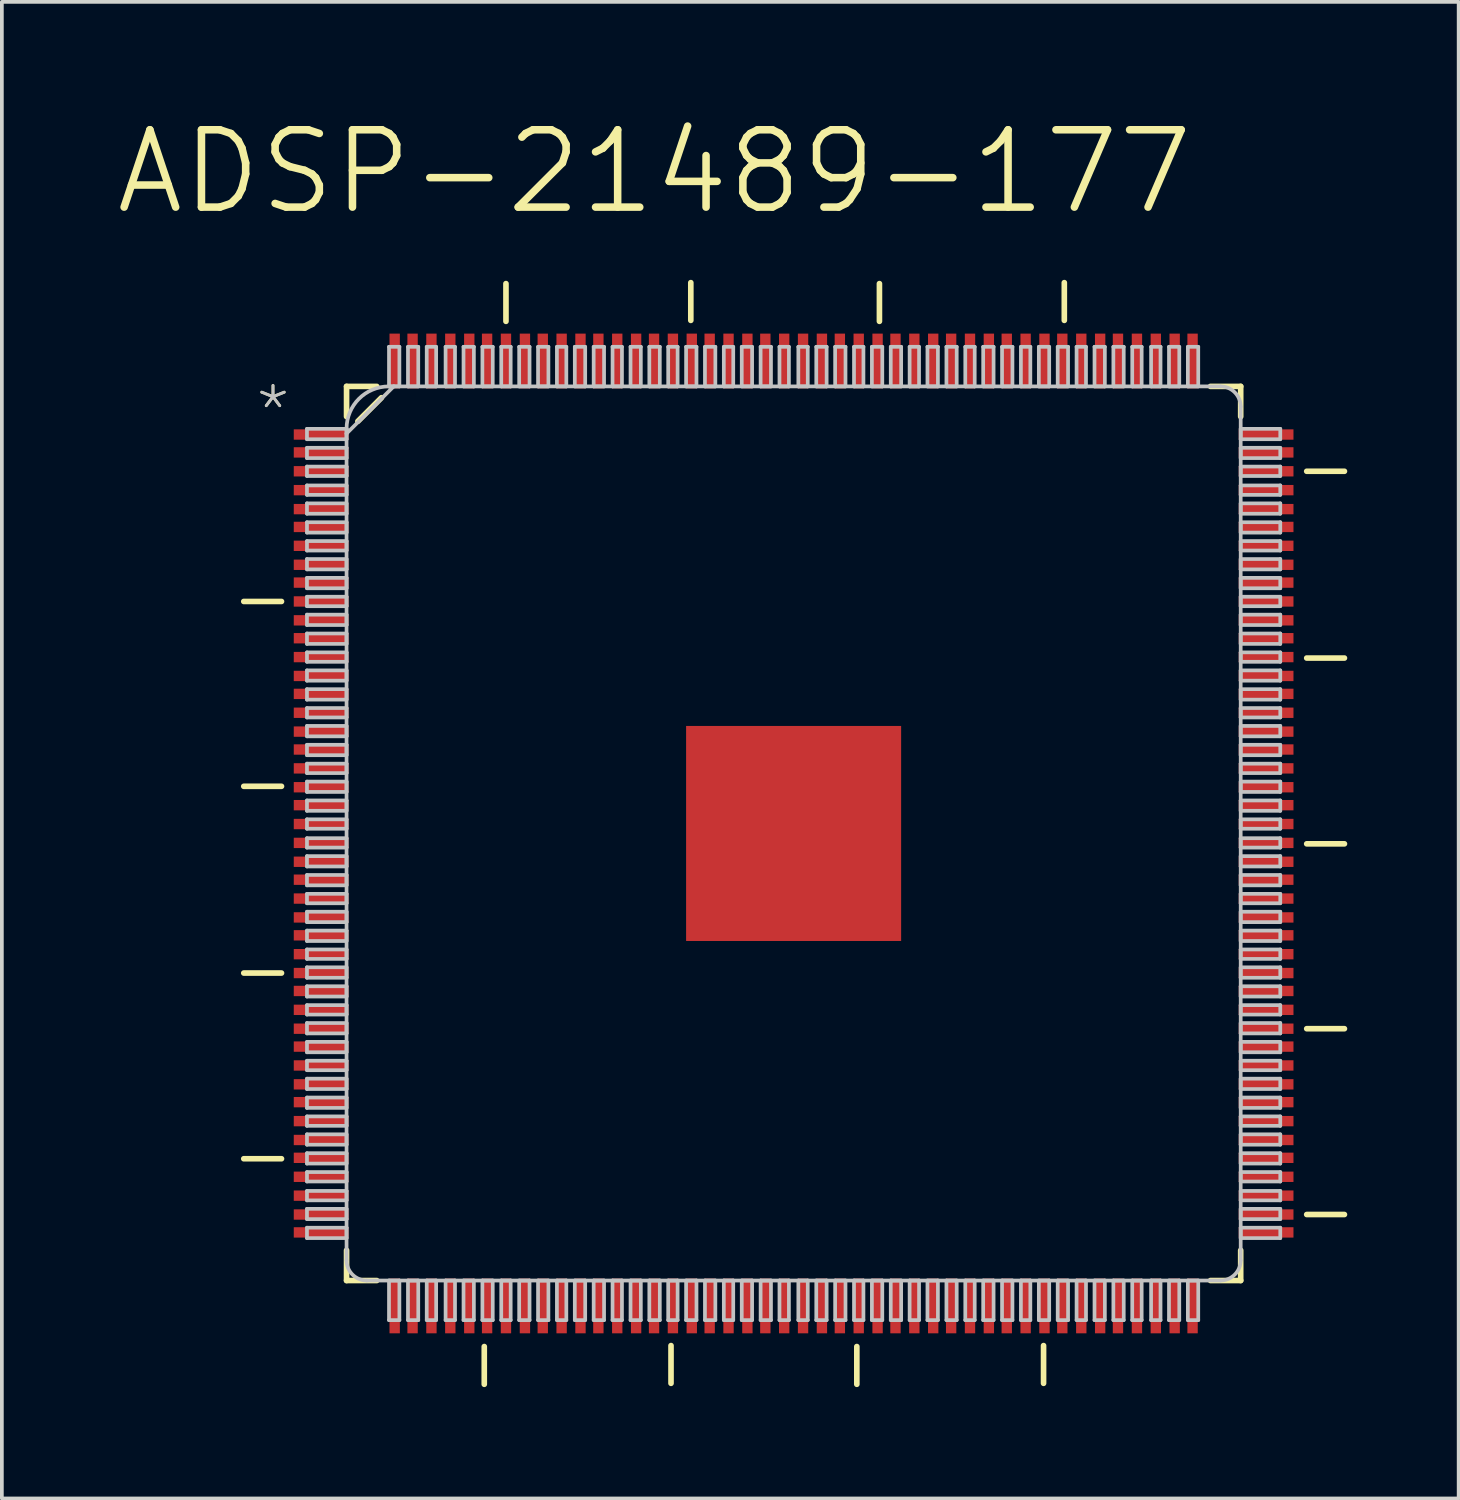
<source format=kicad_pcb>
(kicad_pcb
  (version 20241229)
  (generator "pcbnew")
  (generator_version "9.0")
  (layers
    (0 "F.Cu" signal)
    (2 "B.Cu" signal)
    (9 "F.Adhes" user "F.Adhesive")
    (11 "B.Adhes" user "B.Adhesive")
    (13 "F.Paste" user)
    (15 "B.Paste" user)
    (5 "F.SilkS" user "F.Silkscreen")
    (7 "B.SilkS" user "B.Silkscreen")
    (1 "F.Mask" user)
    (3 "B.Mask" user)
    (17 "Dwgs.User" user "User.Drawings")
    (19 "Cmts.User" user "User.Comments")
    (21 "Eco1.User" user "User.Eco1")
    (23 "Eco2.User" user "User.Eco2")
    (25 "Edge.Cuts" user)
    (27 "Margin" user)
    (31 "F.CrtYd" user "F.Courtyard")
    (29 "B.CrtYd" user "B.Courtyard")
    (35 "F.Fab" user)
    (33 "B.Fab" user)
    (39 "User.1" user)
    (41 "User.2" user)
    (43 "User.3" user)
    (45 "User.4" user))
  (footprint "ADSP-21489-177"
    (layer "F.Cu")
    (at 18.323 19.396)
    (property "Reference" "ADSP-21489-177" (at -3.747 -17.821 0) (layer "F.SilkS") (effects (font (size 2.083 2.083) (thickness 0.203))))
    (attr smd)
    (fp_line (start -13.792 -6.248) (end -14.808 -6.248) (stroke (width 0.152) (type solid)) (layer "F.SilkS"))
    (fp_line (start -13.792 -1.27) (end -14.808 -1.27) (stroke (width 0.152) (type solid)) (layer "F.SilkS"))
    (fp_line (start -13.792 3.759) (end -14.808 3.759) (stroke (width 0.152) (type solid)) (layer "F.SilkS"))
    (fp_line (start -13.792 8.76) (end -14.808 8.76) (stroke (width 0.152) (type solid)) (layer "F.SilkS"))
    (fp_line (start -12.04 -12.04) (end -12.04 -11.227) (stroke (width 0.152) (type solid)) (layer "F.SilkS"))
    (fp_line (start -12.04 11.227) (end -12.04 12.04) (stroke (width 0.152) (type solid)) (layer "F.SilkS"))
    (fp_line (start -12.04 12.04) (end -11.227 12.04) (stroke (width 0.152) (type solid)) (layer "F.SilkS"))
    (fp_line (start -11.735 -11.1) (end -11.1 -11.735) (stroke (width 0.152) (type solid)) (layer "F.SilkS"))
    (fp_line (start -11.227 -12.04) (end -12.04 -12.04) (stroke (width 0.152) (type solid)) (layer "F.SilkS"))
    (fp_line (start -8.331 13.818) (end -8.331 14.834) (stroke (width 0.152) (type solid)) (layer "F.SilkS"))
    (fp_line (start -7.747 -13.792) (end -7.747 -14.808) (stroke (width 0.152) (type solid)) (layer "F.SilkS"))
    (fp_line (start -3.302 13.792) (end -3.302 14.808) (stroke (width 0.152) (type solid)) (layer "F.SilkS"))
    (fp_line (start -2.769 -13.818) (end -2.769 -14.834) (stroke (width 0.152) (type solid)) (layer "F.SilkS"))
    (fp_line (start 1.702 13.818) (end 1.702 14.834) (stroke (width 0.152) (type solid)) (layer "F.SilkS"))
    (fp_line (start 2.311 -13.792) (end 2.311 -14.808) (stroke (width 0.152) (type solid)) (layer "F.SilkS"))
    (fp_line (start 6.731 13.792) (end 6.731 14.808) (stroke (width 0.152) (type solid)) (layer "F.SilkS"))
    (fp_line (start 7.29 -13.818) (end 7.29 -14.834) (stroke (width 0.152) (type solid)) (layer "F.SilkS"))
    (fp_line (start 11.227 12.04) (end 12.04 12.04) (stroke (width 0.152) (type solid)) (layer "F.SilkS"))
    (fp_line (start 12.04 -12.04) (end 11.227 -12.04) (stroke (width 0.152) (type solid)) (layer "F.SilkS"))
    (fp_line (start 12.04 -11.227) (end 12.04 -12.04) (stroke (width 0.152) (type solid)) (layer "F.SilkS"))
    (fp_line (start 12.04 12.04) (end 12.04 11.227) (stroke (width 0.152) (type solid)) (layer "F.SilkS"))
    (fp_line (start 13.818 -9.754) (end 14.834 -9.754) (stroke (width 0.152) (type solid)) (layer "F.SilkS"))
    (fp_line (start 13.818 -4.724) (end 14.834 -4.724) (stroke (width 0.152) (type solid)) (layer "F.SilkS"))
    (fp_line (start 13.818 0.279) (end 14.834 0.279) (stroke (width 0.152) (type solid)) (layer "F.SilkS"))
    (fp_line (start 13.818 5.258) (end 14.834 5.258) (stroke (width 0.152) (type solid)) (layer "F.SilkS"))
    (fp_line (start 13.818 10.262) (end 14.834 10.262) (stroke (width 0.152) (type solid)) (layer "F.SilkS"))
    (fp_line (start -13.106 -10.897) (end -13.106 -10.617) (stroke (width 0.1) (type solid)) (layer "Dwgs.User"))
    (fp_line (start -13.106 -10.617) (end -12.04 -10.617) (stroke (width 0.1) (type solid)) (layer "Dwgs.User"))
    (fp_line (start -13.106 -10.386) (end -13.106 -10.109) (stroke (width 0.1) (type solid)) (layer "Dwgs.User"))
    (fp_line (start -13.106 -10.109) (end -12.04 -10.109) (stroke (width 0.1) (type solid)) (layer "Dwgs.User"))
    (fp_line (start -13.106 -9.881) (end -13.106 -9.627) (stroke (width 0.1) (type solid)) (layer "Dwgs.User"))
    (fp_line (start -13.106 -9.627) (end -12.04 -9.627) (stroke (width 0.1) (type solid)) (layer "Dwgs.User"))
    (fp_line (start -13.106 -9.373) (end -13.106 -9.119) (stroke (width 0.1) (type solid)) (layer "Dwgs.User"))
    (fp_line (start -13.106 -9.119) (end -12.04 -9.119) (stroke (width 0.1) (type solid)) (layer "Dwgs.User"))
    (fp_line (start -13.106 -8.89) (end -13.106 -8.611) (stroke (width 0.1) (type solid)) (layer "Dwgs.User"))
    (fp_line (start -13.106 -8.611) (end -12.04 -8.611) (stroke (width 0.1) (type solid)) (layer "Dwgs.User"))
    (fp_line (start -13.106 -8.382) (end -13.106 -8.103) (stroke (width 0.1) (type solid)) (layer "Dwgs.User"))
    (fp_line (start -13.106 -8.103) (end -12.04 -8.103) (stroke (width 0.1) (type solid)) (layer "Dwgs.User"))
    (fp_line (start -13.106 -7.874) (end -13.106 -7.62) (stroke (width 0.1) (type solid)) (layer "Dwgs.User"))
    (fp_line (start -13.106 -7.62) (end -12.04 -7.62) (stroke (width 0.1) (type solid)) (layer "Dwgs.User"))
    (fp_line (start -13.106 -7.391) (end -13.106 -7.112) (stroke (width 0.1) (type solid)) (layer "Dwgs.User"))
    (fp_line (start -13.106 -7.112) (end -12.04 -7.112) (stroke (width 0.1) (type solid)) (layer "Dwgs.User"))
    (fp_line (start -13.106 -6.883) (end -13.106 -6.604) (stroke (width 0.1) (type solid)) (layer "Dwgs.User"))
    (fp_line (start -13.106 -6.604) (end -12.04 -6.604) (stroke (width 0.1) (type solid)) (layer "Dwgs.User"))
    (fp_line (start -13.106 -6.375) (end -13.106 -6.121) (stroke (width 0.1) (type solid)) (layer "Dwgs.User"))
    (fp_line (start -13.106 -6.121) (end -12.04 -6.121) (stroke (width 0.1) (type solid)) (layer "Dwgs.User"))
    (fp_line (start -13.106 -5.893) (end -13.106 -5.613) (stroke (width 0.1) (type solid)) (layer "Dwgs.User"))
    (fp_line (start -13.106 -5.613) (end -12.04 -5.613) (stroke (width 0.1) (type solid)) (layer "Dwgs.User"))
    (fp_line (start -13.106 -5.385) (end -13.106 -5.105) (stroke (width 0.1) (type solid)) (layer "Dwgs.User"))
    (fp_line (start -13.106 -5.105) (end -12.04 -5.105) (stroke (width 0.1) (type solid)) (layer "Dwgs.User"))
    (fp_line (start -13.106 -4.877) (end -13.106 -4.623) (stroke (width 0.1) (type solid)) (layer "Dwgs.User"))
    (fp_line (start -13.106 -4.623) (end -12.04 -4.623) (stroke (width 0.1) (type solid)) (layer "Dwgs.User"))
    (fp_line (start -13.106 -4.392) (end -13.106 -4.115) (stroke (width 0.1) (type solid)) (layer "Dwgs.User"))
    (fp_line (start -13.106 -4.115) (end -12.04 -4.115) (stroke (width 0.1) (type solid)) (layer "Dwgs.User"))
    (fp_line (start -13.106 -3.886) (end -13.106 -3.604) (stroke (width 0.1) (type solid)) (layer "Dwgs.User"))
    (fp_line (start -13.106 -3.604) (end -12.04 -3.604) (stroke (width 0.1) (type solid)) (layer "Dwgs.User"))
    (fp_line (start -13.106 -3.378) (end -13.106 -3.124) (stroke (width 0.1) (type solid)) (layer "Dwgs.User"))
    (fp_line (start -13.106 -3.124) (end -12.04 -3.124) (stroke (width 0.1) (type solid)) (layer "Dwgs.User"))
    (fp_line (start -13.106 -2.896) (end -13.106 -2.616) (stroke (width 0.1) (type solid)) (layer "Dwgs.User"))
    (fp_line (start -13.106 -2.616) (end -12.04 -2.616) (stroke (width 0.1) (type solid)) (layer "Dwgs.User"))
    (fp_line (start -13.106 -2.388) (end -13.106 -2.108) (stroke (width 0.1) (type solid)) (layer "Dwgs.User"))
    (fp_line (start -13.106 -2.108) (end -12.04 -2.108) (stroke (width 0.1) (type solid)) (layer "Dwgs.User"))
    (fp_line (start -13.106 -1.88) (end -13.106 -1.626) (stroke (width 0.1) (type solid)) (layer "Dwgs.User"))
    (fp_line (start -13.106 -1.626) (end -12.04 -1.626) (stroke (width 0.1) (type solid)) (layer "Dwgs.User"))
    (fp_line (start -13.106 -1.397) (end -13.106 -1.118) (stroke (width 0.1) (type solid)) (layer "Dwgs.User"))
    (fp_line (start -13.106 -1.118) (end -12.04 -1.118) (stroke (width 0.1) (type solid)) (layer "Dwgs.User"))
    (fp_line (start -13.106 -0.889) (end -13.106 -0.61) (stroke (width 0.1) (type solid)) (layer "Dwgs.User"))
    (fp_line (start -13.106 -0.61) (end -12.04 -0.61) (stroke (width 0.1) (type solid)) (layer "Dwgs.User"))
    (fp_line (start -13.106 -0.381) (end -13.106 -0.127) (stroke (width 0.1) (type solid)) (layer "Dwgs.User"))
    (fp_line (start -13.106 -0.127) (end -12.04 -0.127) (stroke (width 0.1) (type solid)) (layer "Dwgs.User"))
    (fp_line (start -13.106 0.127) (end -13.106 0.381) (stroke (width 0.1) (type solid)) (layer "Dwgs.User"))
    (fp_line (start -13.106 0.381) (end -12.04 0.381) (stroke (width 0.1) (type solid)) (layer "Dwgs.User"))
    (fp_line (start -13.106 0.61) (end -13.106 0.889) (stroke (width 0.1) (type solid)) (layer "Dwgs.User"))
    (fp_line (start -13.106 0.889) (end -12.04 0.889) (stroke (width 0.1) (type solid)) (layer "Dwgs.User"))
    (fp_line (start -13.106 1.118) (end -13.106 1.397) (stroke (width 0.1) (type solid)) (layer "Dwgs.User"))
    (fp_line (start -13.106 1.397) (end -12.04 1.397) (stroke (width 0.1) (type solid)) (layer "Dwgs.User"))
    (fp_line (start -13.106 1.626) (end -13.106 1.88) (stroke (width 0.1) (type solid)) (layer "Dwgs.User"))
    (fp_line (start -13.106 1.88) (end -12.04 1.88) (stroke (width 0.1) (type solid)) (layer "Dwgs.User"))
    (fp_line (start -13.106 2.108) (end -13.106 2.388) (stroke (width 0.1) (type solid)) (layer "Dwgs.User"))
    (fp_line (start -13.106 2.388) (end -12.04 2.388) (stroke (width 0.1) (type solid)) (layer "Dwgs.User"))
    (fp_line (start -13.106 2.616) (end -13.106 2.896) (stroke (width 0.1) (type solid)) (layer "Dwgs.User"))
    (fp_line (start -13.106 2.896) (end -12.04 2.896) (stroke (width 0.1) (type solid)) (layer "Dwgs.User"))
    (fp_line (start -13.106 3.124) (end -13.106 3.378) (stroke (width 0.1) (type solid)) (layer "Dwgs.User"))
    (fp_line (start -13.106 3.378) (end -12.04 3.378) (stroke (width 0.1) (type solid)) (layer "Dwgs.User"))
    (fp_line (start -13.106 3.604) (end -13.106 3.886) (stroke (width 0.1) (type solid)) (layer "Dwgs.User"))
    (fp_line (start -13.106 3.886) (end -12.04 3.886) (stroke (width 0.1) (type solid)) (layer "Dwgs.User"))
    (fp_line (start -13.106 4.115) (end -13.106 4.392) (stroke (width 0.1) (type solid)) (layer "Dwgs.User"))
    (fp_line (start -13.106 4.392) (end -12.04 4.392) (stroke (width 0.1) (type solid)) (layer "Dwgs.User"))
    (fp_line (start -13.106 4.623) (end -13.106 4.877) (stroke (width 0.1) (type solid)) (layer "Dwgs.User"))
    (fp_line (start -13.106 4.877) (end -12.04 4.877) (stroke (width 0.1) (type solid)) (layer "Dwgs.User"))
    (fp_line (start -13.106 5.105) (end -13.106 5.385) (stroke (width 0.1) (type solid)) (layer "Dwgs.User"))
    (fp_line (start -13.106 5.385) (end -12.04 5.385) (stroke (width 0.1) (type solid)) (layer "Dwgs.User"))
    (fp_line (start -13.106 5.613) (end -13.106 5.893) (stroke (width 0.1) (type solid)) (layer "Dwgs.User"))
    (fp_line (start -13.106 5.893) (end -12.04 5.893) (stroke (width 0.1) (type solid)) (layer "Dwgs.User"))
    (fp_line (start -13.106 6.121) (end -13.106 6.375) (stroke (width 0.1) (type solid)) (layer "Dwgs.User"))
    (fp_line (start -13.106 6.375) (end -12.04 6.375) (stroke (width 0.1) (type solid)) (layer "Dwgs.User"))
    (fp_line (start -13.106 6.604) (end -13.106 6.883) (stroke (width 0.1) (type solid)) (layer "Dwgs.User"))
    (fp_line (start -13.106 6.883) (end -12.04 6.883) (stroke (width 0.1) (type solid)) (layer "Dwgs.User"))
    (fp_line (start -13.106 7.112) (end -13.106 7.391) (stroke (width 0.1) (type solid)) (layer "Dwgs.User"))
    (fp_line (start -13.106 7.391) (end -12.04 7.391) (stroke (width 0.1) (type solid)) (layer "Dwgs.User"))
    (fp_line (start -13.106 7.62) (end -13.106 7.874) (stroke (width 0.1) (type solid)) (layer "Dwgs.User"))
    (fp_line (start -13.106 7.874) (end -12.04 7.874) (stroke (width 0.1) (type solid)) (layer "Dwgs.User"))
    (fp_line (start -13.106 8.103) (end -13.106 8.382) (stroke (width 0.1) (type solid)) (layer "Dwgs.User"))
    (fp_line (start -13.106 8.382) (end -12.04 8.382) (stroke (width 0.1) (type solid)) (layer "Dwgs.User"))
    (fp_line (start -13.106 8.611) (end -13.106 8.89) (stroke (width 0.1) (type solid)) (layer "Dwgs.User"))
    (fp_line (start -13.106 8.89) (end -12.04 8.89) (stroke (width 0.1) (type solid)) (layer "Dwgs.User"))
    (fp_line (start -13.106 9.119) (end -13.106 9.373) (stroke (width 0.1) (type solid)) (layer "Dwgs.User"))
    (fp_line (start -13.106 9.373) (end -12.04 9.373) (stroke (width 0.1) (type solid)) (layer "Dwgs.User"))
    (fp_line (start -13.106 9.627) (end -13.106 9.881) (stroke (width 0.1) (type solid)) (layer "Dwgs.User"))
    (fp_line (start -13.106 9.881) (end -12.04 9.881) (stroke (width 0.1) (type solid)) (layer "Dwgs.User"))
    (fp_line (start -13.106 10.109) (end -13.106 10.386) (stroke (width 0.1) (type solid)) (layer "Dwgs.User"))
    (fp_line (start -13.106 10.386) (end -12.04 10.386) (stroke (width 0.1) (type solid)) (layer "Dwgs.User"))
    (fp_line (start -13.106 10.617) (end -13.106 10.897) (stroke (width 0.1) (type solid)) (layer "Dwgs.User"))
    (fp_line (start -13.106 10.897) (end -12.04 10.897) (stroke (width 0.1) (type solid)) (layer "Dwgs.User"))
    (fp_line (start -12.04 -10.902) (end -12.04 11.496) (stroke (width 0.1) (type solid)) (layer "Dwgs.User"))
    (fp_line (start -12.04 -10.897) (end -13.106 -10.897) (stroke (width 0.1) (type solid)) (layer "Dwgs.User"))
    (fp_line (start -12.04 -10.77) (end -12.04 -10.897) (stroke (width 0.1) (type solid)) (layer "Dwgs.User"))
    (fp_line (start -12.04 -10.77) (end -10.77 -12.04) (stroke (width 0.1) (type solid)) (layer "Dwgs.User"))
    (fp_line (start -12.04 -10.617) (end -12.04 -10.77) (stroke (width 0.1) (type solid)) (layer "Dwgs.User"))
    (fp_line (start -12.04 -10.386) (end -13.106 -10.386) (stroke (width 0.1) (type solid)) (layer "Dwgs.User"))
    (fp_line (start -12.04 -10.109) (end -12.04 -10.386) (stroke (width 0.1) (type solid)) (layer "Dwgs.User"))
    (fp_line (start -12.04 -9.881) (end -13.106 -9.881) (stroke (width 0.1) (type solid)) (layer "Dwgs.User"))
    (fp_line (start -12.04 -9.627) (end -12.04 -9.881) (stroke (width 0.1) (type solid)) (layer "Dwgs.User"))
    (fp_line (start -12.04 -9.373) (end -13.106 -9.373) (stroke (width 0.1) (type solid)) (layer "Dwgs.User"))
    (fp_line (start -12.04 -9.119) (end -12.04 -9.373) (stroke (width 0.1) (type solid)) (layer "Dwgs.User"))
    (fp_line (start -12.04 -8.89) (end -13.106 -8.89) (stroke (width 0.1) (type solid)) (layer "Dwgs.User"))
    (fp_line (start -12.04 -8.611) (end -12.04 -8.89) (stroke (width 0.1) (type solid)) (layer "Dwgs.User"))
    (fp_line (start -12.04 -8.382) (end -13.106 -8.382) (stroke (width 0.1) (type solid)) (layer "Dwgs.User"))
    (fp_line (start -12.04 -8.103) (end -12.04 -8.382) (stroke (width 0.1) (type solid)) (layer "Dwgs.User"))
    (fp_line (start -12.04 -7.874) (end -13.106 -7.874) (stroke (width 0.1) (type solid)) (layer "Dwgs.User"))
    (fp_line (start -12.04 -7.62) (end -12.04 -7.874) (stroke (width 0.1) (type solid)) (layer "Dwgs.User"))
    (fp_line (start -12.04 -7.391) (end -13.106 -7.391) (stroke (width 0.1) (type solid)) (layer "Dwgs.User"))
    (fp_line (start -12.04 -7.112) (end -12.04 -7.391) (stroke (width 0.1) (type solid)) (layer "Dwgs.User"))
    (fp_line (start -12.04 -6.883) (end -13.106 -6.883) (stroke (width 0.1) (type solid)) (layer "Dwgs.User"))
    (fp_line (start -12.04 -6.604) (end -12.04 -6.883) (stroke (width 0.1) (type solid)) (layer "Dwgs.User"))
    (fp_line (start -12.04 -6.375) (end -13.106 -6.375) (stroke (width 0.1) (type solid)) (layer "Dwgs.User"))
    (fp_line (start -12.04 -6.121) (end -12.04 -6.375) (stroke (width 0.1) (type solid)) (layer "Dwgs.User"))
    (fp_line (start -12.04 -5.893) (end -13.106 -5.893) (stroke (width 0.1) (type solid)) (layer "Dwgs.User"))
    (fp_line (start -12.04 -5.613) (end -12.04 -5.893) (stroke (width 0.1) (type solid)) (layer "Dwgs.User"))
    (fp_line (start -12.04 -5.385) (end -13.106 -5.385) (stroke (width 0.1) (type solid)) (layer "Dwgs.User"))
    (fp_line (start -12.04 -5.105) (end -12.04 -5.385) (stroke (width 0.1) (type solid)) (layer "Dwgs.User"))
    (fp_line (start -12.04 -4.877) (end -13.106 -4.877) (stroke (width 0.1) (type solid)) (layer "Dwgs.User"))
    (fp_line (start -12.04 -4.623) (end -12.04 -4.877) (stroke (width 0.1) (type solid)) (layer "Dwgs.User"))
    (fp_line (start -12.04 -4.392) (end -13.106 -4.392) (stroke (width 0.1) (type solid)) (layer "Dwgs.User"))
    (fp_line (start -12.04 -4.115) (end -12.04 -4.392) (stroke (width 0.1) (type solid)) (layer "Dwgs.User"))
    (fp_line (start -12.04 -3.886) (end -13.106 -3.886) (stroke (width 0.1) (type solid)) (layer "Dwgs.User"))
    (fp_line (start -12.04 -3.604) (end -12.04 -3.886) (stroke (width 0.1) (type solid)) (layer "Dwgs.User"))
    (fp_line (start -12.04 -3.378) (end -13.106 -3.378) (stroke (width 0.1) (type solid)) (layer "Dwgs.User"))
    (fp_line (start -12.04 -3.124) (end -12.04 -3.378) (stroke (width 0.1) (type solid)) (layer "Dwgs.User"))
    (fp_line (start -12.04 -2.896) (end -13.106 -2.896) (stroke (width 0.1) (type solid)) (layer "Dwgs.User"))
    (fp_line (start -12.04 -2.616) (end -12.04 -2.896) (stroke (width 0.1) (type solid)) (layer "Dwgs.User"))
    (fp_line (start -12.04 -2.388) (end -13.106 -2.388) (stroke (width 0.1) (type solid)) (layer "Dwgs.User"))
    (fp_line (start -12.04 -2.108) (end -12.04 -2.388) (stroke (width 0.1) (type solid)) (layer "Dwgs.User"))
    (fp_line (start -12.04 -1.88) (end -13.106 -1.88) (stroke (width 0.1) (type solid)) (layer "Dwgs.User"))
    (fp_line (start -12.04 -1.626) (end -12.04 -1.88) (stroke (width 0.1) (type solid)) (layer "Dwgs.User"))
    (fp_line (start -12.04 -1.397) (end -13.106 -1.397) (stroke (width 0.1) (type solid)) (layer "Dwgs.User"))
    (fp_line (start -12.04 -1.118) (end -12.04 -1.397) (stroke (width 0.1) (type solid)) (layer "Dwgs.User"))
    (fp_line (start -12.04 -0.889) (end -13.106 -0.889) (stroke (width 0.1) (type solid)) (layer "Dwgs.User"))
    (fp_line (start -12.04 -0.61) (end -12.04 -0.889) (stroke (width 0.1) (type solid)) (layer "Dwgs.User"))
    (fp_line (start -12.04 -0.381) (end -13.106 -0.381) (stroke (width 0.1) (type solid)) (layer "Dwgs.User"))
    (fp_line (start -12.04 -0.127) (end -12.04 -0.381) (stroke (width 0.1) (type solid)) (layer "Dwgs.User"))
    (fp_line (start -12.04 0.127) (end -13.106 0.127) (stroke (width 0.1) (type solid)) (layer "Dwgs.User"))
    (fp_line (start -12.04 0.381) (end -12.04 0.127) (stroke (width 0.1) (type solid)) (layer "Dwgs.User"))
    (fp_line (start -12.04 0.61) (end -13.106 0.61) (stroke (width 0.1) (type solid)) (layer "Dwgs.User"))
    (fp_line (start -12.04 0.889) (end -12.04 0.61) (stroke (width 0.1) (type solid)) (layer "Dwgs.User"))
    (fp_line (start -12.04 1.118) (end -13.106 1.118) (stroke (width 0.1) (type solid)) (layer "Dwgs.User"))
    (fp_line (start -12.04 1.397) (end -12.04 1.118) (stroke (width 0.1) (type solid)) (layer "Dwgs.User"))
    (fp_line (start -12.04 1.626) (end -13.106 1.626) (stroke (width 0.1) (type solid)) (layer "Dwgs.User"))
    (fp_line (start -12.04 1.88) (end -12.04 1.626) (stroke (width 0.1) (type solid)) (layer "Dwgs.User"))
    (fp_line (start -12.04 2.108) (end -13.106 2.108) (stroke (width 0.1) (type solid)) (layer "Dwgs.User"))
    (fp_line (start -12.04 2.388) (end -12.04 2.108) (stroke (width 0.1) (type solid)) (layer "Dwgs.User"))
    (fp_line (start -12.04 2.616) (end -13.106 2.616) (stroke (width 0.1) (type solid)) (layer "Dwgs.User"))
    (fp_line (start -12.04 2.896) (end -12.04 2.616) (stroke (width 0.1) (type solid)) (layer "Dwgs.User"))
    (fp_line (start -12.04 3.124) (end -13.106 3.124) (stroke (width 0.1) (type solid)) (layer "Dwgs.User"))
    (fp_line (start -12.04 3.378) (end -12.04 3.124) (stroke (width 0.1) (type solid)) (layer "Dwgs.User"))
    (fp_line (start -12.04 3.604) (end -13.106 3.604) (stroke (width 0.1) (type solid)) (layer "Dwgs.User"))
    (fp_line (start -12.04 3.886) (end -12.04 3.604) (stroke (width 0.1) (type solid)) (layer "Dwgs.User"))
    (fp_line (start -12.04 4.115) (end -13.106 4.115) (stroke (width 0.1) (type solid)) (layer "Dwgs.User"))
    (fp_line (start -12.04 4.392) (end -12.04 4.115) (stroke (width 0.1) (type solid)) (layer "Dwgs.User"))
    (fp_line (start -12.04 4.623) (end -13.106 4.623) (stroke (width 0.1) (type solid)) (layer "Dwgs.User"))
    (fp_line (start -12.04 4.877) (end -12.04 4.623) (stroke (width 0.1) (type solid)) (layer "Dwgs.User"))
    (fp_line (start -12.04 5.105) (end -13.106 5.105) (stroke (width 0.1) (type solid)) (layer "Dwgs.User"))
    (fp_line (start -12.04 5.385) (end -12.04 5.105) (stroke (width 0.1) (type solid)) (layer "Dwgs.User"))
    (fp_line (start -12.04 5.613) (end -13.106 5.613) (stroke (width 0.1) (type solid)) (layer "Dwgs.User"))
    (fp_line (start -12.04 5.893) (end -12.04 5.613) (stroke (width 0.1) (type solid)) (layer "Dwgs.User"))
    (fp_line (start -12.04 6.121) (end -13.106 6.121) (stroke (width 0.1) (type solid)) (layer "Dwgs.User"))
    (fp_line (start -12.04 6.375) (end -12.04 6.121) (stroke (width 0.1) (type solid)) (layer "Dwgs.User"))
    (fp_line (start -12.04 6.604) (end -13.106 6.604) (stroke (width 0.1) (type solid)) (layer "Dwgs.User"))
    (fp_line (start -12.04 6.883) (end -12.04 6.604) (stroke (width 0.1) (type solid)) (layer "Dwgs.User"))
    (fp_line (start -12.04 7.112) (end -13.106 7.112) (stroke (width 0.1) (type solid)) (layer "Dwgs.User"))
    (fp_line (start -12.04 7.391) (end -12.04 7.112) (stroke (width 0.1) (type solid)) (layer "Dwgs.User"))
    (fp_line (start -12.04 7.62) (end -13.106 7.62) (stroke (width 0.1) (type solid)) (layer "Dwgs.User"))
    (fp_line (start -12.04 7.874) (end -12.04 7.62) (stroke (width 0.1) (type solid)) (layer "Dwgs.User"))
    (fp_line (start -12.04 8.103) (end -13.106 8.103) (stroke (width 0.1) (type solid)) (layer "Dwgs.User"))
    (fp_line (start -12.04 8.382) (end -12.04 8.103) (stroke (width 0.1) (type solid)) (layer "Dwgs.User"))
    (fp_line (start -12.04 8.611) (end -13.106 8.611) (stroke (width 0.1) (type solid)) (layer "Dwgs.User"))
    (fp_line (start -12.04 8.89) (end -12.04 8.611) (stroke (width 0.1) (type solid)) (layer "Dwgs.User"))
    (fp_line (start -12.04 9.119) (end -13.106 9.119) (stroke (width 0.1) (type solid)) (layer "Dwgs.User"))
    (fp_line (start -12.04 9.373) (end -12.04 9.119) (stroke (width 0.1) (type solid)) (layer "Dwgs.User"))
    (fp_line (start -12.04 9.627) (end -13.106 9.627) (stroke (width 0.1) (type solid)) (layer "Dwgs.User"))
    (fp_line (start -12.04 9.881) (end -12.04 9.627) (stroke (width 0.1) (type solid)) (layer "Dwgs.User"))
    (fp_line (start -12.04 10.109) (end -13.106 10.109) (stroke (width 0.1) (type solid)) (layer "Dwgs.User"))
    (fp_line (start -12.04 10.386) (end -12.04 10.109) (stroke (width 0.1) (type solid)) (layer "Dwgs.User"))
    (fp_line (start -12.04 10.617) (end -13.106 10.617) (stroke (width 0.1) (type solid)) (layer "Dwgs.User"))
    (fp_line (start -12.04 10.897) (end -12.04 10.617) (stroke (width 0.1) (type solid)) (layer "Dwgs.User"))
    (fp_line (start -11.496 12.04) (end 11.496 12.04) (stroke (width 0.1) (type solid)) (layer "Dwgs.User"))
    (fp_line (start -10.897 -13.106) (end -10.897 -12.04) (stroke (width 0.1) (type solid)) (layer "Dwgs.User"))
    (fp_line (start -10.897 -12.04) (end -10.77 -12.04) (stroke (width 0.1) (type solid)) (layer "Dwgs.User"))
    (fp_line (start -10.897 12.04) (end -10.897 13.106) (stroke (width 0.1) (type solid)) (layer "Dwgs.User"))
    (fp_line (start -10.897 13.106) (end -10.617 13.106) (stroke (width 0.1) (type solid)) (layer "Dwgs.User"))
    (fp_line (start -10.77 -12.04) (end -10.617 -12.04) (stroke (width 0.1) (type solid)) (layer "Dwgs.User"))
    (fp_line (start -10.617 -13.106) (end -10.897 -13.106) (stroke (width 0.1) (type solid)) (layer "Dwgs.User"))
    (fp_line (start -10.617 -12.04) (end -10.617 -13.106) (stroke (width 0.1) (type solid)) (layer "Dwgs.User"))
    (fp_line (start -10.617 12.04) (end -10.897 12.04) (stroke (width 0.1) (type solid)) (layer "Dwgs.User"))
    (fp_line (start -10.617 13.106) (end -10.617 12.04) (stroke (width 0.1) (type solid)) (layer "Dwgs.User"))
    (fp_line (start -10.386 -13.106) (end -10.386 -12.04) (stroke (width 0.1) (type solid)) (layer "Dwgs.User"))
    (fp_line (start -10.386 -12.04) (end -10.109 -12.04) (stroke (width 0.1) (type solid)) (layer "Dwgs.User"))
    (fp_line (start -10.386 12.04) (end -10.386 13.106) (stroke (width 0.1) (type solid)) (layer "Dwgs.User"))
    (fp_line (start -10.386 13.106) (end -10.109 13.106) (stroke (width 0.1) (type solid)) (layer "Dwgs.User"))
    (fp_line (start -10.109 -13.106) (end -10.386 -13.106) (stroke (width 0.1) (type solid)) (layer "Dwgs.User"))
    (fp_line (start -10.109 -12.04) (end -10.109 -13.106) (stroke (width 0.1) (type solid)) (layer "Dwgs.User"))
    (fp_line (start -10.109 12.04) (end -10.386 12.04) (stroke (width 0.1) (type solid)) (layer "Dwgs.User"))
    (fp_line (start -10.109 13.106) (end -10.109 12.04) (stroke (width 0.1) (type solid)) (layer "Dwgs.User"))
    (fp_line (start -9.881 -13.106) (end -9.881 -12.04) (stroke (width 0.1) (type solid)) (layer "Dwgs.User"))
    (fp_line (start -9.881 -12.04) (end -9.627 -12.04) (stroke (width 0.1) (type solid)) (layer "Dwgs.User"))
    (fp_line (start -9.881 12.04) (end -9.881 13.106) (stroke (width 0.1) (type solid)) (layer "Dwgs.User"))
    (fp_line (start -9.881 13.106) (end -9.627 13.106) (stroke (width 0.1) (type solid)) (layer "Dwgs.User"))
    (fp_line (start -9.627 -13.106) (end -9.881 -13.106) (stroke (width 0.1) (type solid)) (layer "Dwgs.User"))
    (fp_line (start -9.627 -12.04) (end -9.627 -13.106) (stroke (width 0.1) (type solid)) (layer "Dwgs.User"))
    (fp_line (start -9.627 12.04) (end -9.881 12.04) (stroke (width 0.1) (type solid)) (layer "Dwgs.User"))
    (fp_line (start -9.627 13.106) (end -9.627 12.04) (stroke (width 0.1) (type solid)) (layer "Dwgs.User"))
    (fp_line (start -9.373 -13.106) (end -9.373 -12.04) (stroke (width 0.1) (type solid)) (layer "Dwgs.User"))
    (fp_line (start -9.373 -12.04) (end -9.119 -12.04) (stroke (width 0.1) (type solid)) (layer "Dwgs.User"))
    (fp_line (start -9.373 12.04) (end -9.373 13.106) (stroke (width 0.1) (type solid)) (layer "Dwgs.User"))
    (fp_line (start -9.373 13.106) (end -9.119 13.106) (stroke (width 0.1) (type solid)) (layer "Dwgs.User"))
    (fp_line (start -9.119 -13.106) (end -9.373 -13.106) (stroke (width 0.1) (type solid)) (layer "Dwgs.User"))
    (fp_line (start -9.119 -12.04) (end -9.119 -13.106) (stroke (width 0.1) (type solid)) (layer "Dwgs.User"))
    (fp_line (start -9.119 12.04) (end -9.373 12.04) (stroke (width 0.1) (type solid)) (layer "Dwgs.User"))
    (fp_line (start -9.119 13.106) (end -9.119 12.04) (stroke (width 0.1) (type solid)) (layer "Dwgs.User"))
    (fp_line (start -8.89 -13.106) (end -8.89 -12.04) (stroke (width 0.1) (type solid)) (layer "Dwgs.User"))
    (fp_line (start -8.89 -12.04) (end -8.611 -12.04) (stroke (width 0.1) (type solid)) (layer "Dwgs.User"))
    (fp_line (start -8.89 12.04) (end -8.89 13.106) (stroke (width 0.1) (type solid)) (layer "Dwgs.User"))
    (fp_line (start -8.89 13.106) (end -8.611 13.106) (stroke (width 0.1) (type solid)) (layer "Dwgs.User"))
    (fp_line (start -8.611 -13.106) (end -8.89 -13.106) (stroke (width 0.1) (type solid)) (layer "Dwgs.User"))
    (fp_line (start -8.611 -12.04) (end -8.611 -13.106) (stroke (width 0.1) (type solid)) (layer "Dwgs.User"))
    (fp_line (start -8.611 12.04) (end -8.89 12.04) (stroke (width 0.1) (type solid)) (layer "Dwgs.User"))
    (fp_line (start -8.611 13.106) (end -8.611 12.04) (stroke (width 0.1) (type solid)) (layer "Dwgs.User"))
    (fp_line (start -8.382 -13.106) (end -8.382 -12.04) (stroke (width 0.1) (type solid)) (layer "Dwgs.User"))
    (fp_line (start -8.382 -12.04) (end -8.103 -12.04) (stroke (width 0.1) (type solid)) (layer "Dwgs.User"))
    (fp_line (start -8.382 12.04) (end -8.382 13.106) (stroke (width 0.1) (type solid)) (layer "Dwgs.User"))
    (fp_line (start -8.382 13.106) (end -8.103 13.106) (stroke (width 0.1) (type solid)) (layer "Dwgs.User"))
    (fp_line (start -8.103 -13.106) (end -8.382 -13.106) (stroke (width 0.1) (type solid)) (layer "Dwgs.User"))
    (fp_line (start -8.103 -12.04) (end -8.103 -13.106) (stroke (width 0.1) (type solid)) (layer "Dwgs.User"))
    (fp_line (start -8.103 12.04) (end -8.382 12.04) (stroke (width 0.1) (type solid)) (layer "Dwgs.User"))
    (fp_line (start -8.103 13.106) (end -8.103 12.04) (stroke (width 0.1) (type solid)) (layer "Dwgs.User"))
    (fp_line (start -7.874 -13.106) (end -7.874 -12.04) (stroke (width 0.1) (type solid)) (layer "Dwgs.User"))
    (fp_line (start -7.874 -12.04) (end -7.62 -12.04) (stroke (width 0.1) (type solid)) (layer "Dwgs.User"))
    (fp_line (start -7.874 12.04) (end -7.874 13.106) (stroke (width 0.1) (type solid)) (layer "Dwgs.User"))
    (fp_line (start -7.874 13.106) (end -7.62 13.106) (stroke (width 0.1) (type solid)) (layer "Dwgs.User"))
    (fp_line (start -7.62 -13.106) (end -7.874 -13.106) (stroke (width 0.1) (type solid)) (layer "Dwgs.User"))
    (fp_line (start -7.62 -12.04) (end -7.62 -13.106) (stroke (width 0.1) (type solid)) (layer "Dwgs.User"))
    (fp_line (start -7.62 12.04) (end -7.874 12.04) (stroke (width 0.1) (type solid)) (layer "Dwgs.User"))
    (fp_line (start -7.62 13.106) (end -7.62 12.04) (stroke (width 0.1) (type solid)) (layer "Dwgs.User"))
    (fp_line (start -7.391 -13.106) (end -7.391 -12.04) (stroke (width 0.1) (type solid)) (layer "Dwgs.User"))
    (fp_line (start -7.391 -12.04) (end -7.112 -12.04) (stroke (width 0.1) (type solid)) (layer "Dwgs.User"))
    (fp_line (start -7.391 12.04) (end -7.391 13.106) (stroke (width 0.1) (type solid)) (layer "Dwgs.User"))
    (fp_line (start -7.391 13.106) (end -7.112 13.106) (stroke (width 0.1) (type solid)) (layer "Dwgs.User"))
    (fp_line (start -7.112 -13.106) (end -7.391 -13.106) (stroke (width 0.1) (type solid)) (layer "Dwgs.User"))
    (fp_line (start -7.112 -12.04) (end -7.112 -13.106) (stroke (width 0.1) (type solid)) (layer "Dwgs.User"))
    (fp_line (start -7.112 12.04) (end -7.391 12.04) (stroke (width 0.1) (type solid)) (layer "Dwgs.User"))
    (fp_line (start -7.112 13.106) (end -7.112 12.04) (stroke (width 0.1) (type solid)) (layer "Dwgs.User"))
    (fp_line (start -6.883 -13.106) (end -6.883 -12.04) (stroke (width 0.1) (type solid)) (layer "Dwgs.User"))
    (fp_line (start -6.883 -12.04) (end -6.604 -12.04) (stroke (width 0.1) (type solid)) (layer "Dwgs.User"))
    (fp_line (start -6.883 12.04) (end -6.883 13.106) (stroke (width 0.1) (type solid)) (layer "Dwgs.User"))
    (fp_line (start -6.883 13.106) (end -6.604 13.106) (stroke (width 0.1) (type solid)) (layer "Dwgs.User"))
    (fp_line (start -6.604 -13.106) (end -6.883 -13.106) (stroke (width 0.1) (type solid)) (layer "Dwgs.User"))
    (fp_line (start -6.604 -12.04) (end -6.604 -13.106) (stroke (width 0.1) (type solid)) (layer "Dwgs.User"))
    (fp_line (start -6.604 12.04) (end -6.883 12.04) (stroke (width 0.1) (type solid)) (layer "Dwgs.User"))
    (fp_line (start -6.604 13.106) (end -6.604 12.04) (stroke (width 0.1) (type solid)) (layer "Dwgs.User"))
    (fp_line (start -6.375 -13.106) (end -6.375 -12.04) (stroke (width 0.1) (type solid)) (layer "Dwgs.User"))
    (fp_line (start -6.375 -12.04) (end -6.121 -12.04) (stroke (width 0.1) (type solid)) (layer "Dwgs.User"))
    (fp_line (start -6.375 12.04) (end -6.375 13.106) (stroke (width 0.1) (type solid)) (layer "Dwgs.User"))
    (fp_line (start -6.375 13.106) (end -6.121 13.106) (stroke (width 0.1) (type solid)) (layer "Dwgs.User"))
    (fp_line (start -6.121 -13.106) (end -6.375 -13.106) (stroke (width 0.1) (type solid)) (layer "Dwgs.User"))
    (fp_line (start -6.121 -12.04) (end -6.121 -13.106) (stroke (width 0.1) (type solid)) (layer "Dwgs.User"))
    (fp_line (start -6.121 12.04) (end -6.375 12.04) (stroke (width 0.1) (type solid)) (layer "Dwgs.User"))
    (fp_line (start -6.121 13.106) (end -6.121 12.04) (stroke (width 0.1) (type solid)) (layer "Dwgs.User"))
    (fp_line (start -5.893 -13.106) (end -5.893 -12.04) (stroke (width 0.1) (type solid)) (layer "Dwgs.User"))
    (fp_line (start -5.893 -12.04) (end -5.613 -12.04) (stroke (width 0.1) (type solid)) (layer "Dwgs.User"))
    (fp_line (start -5.893 12.04) (end -5.893 13.106) (stroke (width 0.1) (type solid)) (layer "Dwgs.User"))
    (fp_line (start -5.893 13.106) (end -5.613 13.106) (stroke (width 0.1) (type solid)) (layer "Dwgs.User"))
    (fp_line (start -5.613 -13.106) (end -5.893 -13.106) (stroke (width 0.1) (type solid)) (layer "Dwgs.User"))
    (fp_line (start -5.613 -12.04) (end -5.613 -13.106) (stroke (width 0.1) (type solid)) (layer "Dwgs.User"))
    (fp_line (start -5.613 12.04) (end -5.893 12.04) (stroke (width 0.1) (type solid)) (layer "Dwgs.User"))
    (fp_line (start -5.613 13.106) (end -5.613 12.04) (stroke (width 0.1) (type solid)) (layer "Dwgs.User"))
    (fp_line (start -5.385 -13.106) (end -5.385 -12.04) (stroke (width 0.1) (type solid)) (layer "Dwgs.User"))
    (fp_line (start -5.385 -12.04) (end -5.105 -12.04) (stroke (width 0.1) (type solid)) (layer "Dwgs.User"))
    (fp_line (start -5.385 12.04) (end -5.385 13.106) (stroke (width 0.1) (type solid)) (layer "Dwgs.User"))
    (fp_line (start -5.385 13.106) (end -5.105 13.106) (stroke (width 0.1) (type solid)) (layer "Dwgs.User"))
    (fp_line (start -5.105 -13.106) (end -5.385 -13.106) (stroke (width 0.1) (type solid)) (layer "Dwgs.User"))
    (fp_line (start -5.105 -12.04) (end -5.105 -13.106) (stroke (width 0.1) (type solid)) (layer "Dwgs.User"))
    (fp_line (start -5.105 12.04) (end -5.385 12.04) (stroke (width 0.1) (type solid)) (layer "Dwgs.User"))
    (fp_line (start -5.105 13.106) (end -5.105 12.04) (stroke (width 0.1) (type solid)) (layer "Dwgs.User"))
    (fp_line (start -4.877 -13.106) (end -4.877 -12.04) (stroke (width 0.1) (type solid)) (layer "Dwgs.User"))
    (fp_line (start -4.877 -12.04) (end -4.623 -12.04) (stroke (width 0.1) (type solid)) (layer "Dwgs.User"))
    (fp_line (start -4.877 12.04) (end -4.877 13.106) (stroke (width 0.1) (type solid)) (layer "Dwgs.User"))
    (fp_line (start -4.877 13.106) (end -4.623 13.106) (stroke (width 0.1) (type solid)) (layer "Dwgs.User"))
    (fp_line (start -4.623 -13.106) (end -4.877 -13.106) (stroke (width 0.1) (type solid)) (layer "Dwgs.User"))
    (fp_line (start -4.623 -12.04) (end -4.623 -13.106) (stroke (width 0.1) (type solid)) (layer "Dwgs.User"))
    (fp_line (start -4.623 12.04) (end -4.877 12.04) (stroke (width 0.1) (type solid)) (layer "Dwgs.User"))
    (fp_line (start -4.623 13.106) (end -4.623 12.04) (stroke (width 0.1) (type solid)) (layer "Dwgs.User"))
    (fp_line (start -4.392 -13.106) (end -4.392 -12.04) (stroke (width 0.1) (type solid)) (layer "Dwgs.User"))
    (fp_line (start -4.392 -12.04) (end -4.115 -12.04) (stroke (width 0.1) (type solid)) (layer "Dwgs.User"))
    (fp_line (start -4.392 12.04) (end -4.392 13.106) (stroke (width 0.1) (type solid)) (layer "Dwgs.User"))
    (fp_line (start -4.392 13.106) (end -4.115 13.106) (stroke (width 0.1) (type solid)) (layer "Dwgs.User"))
    (fp_line (start -4.115 -13.106) (end -4.392 -13.106) (stroke (width 0.1) (type solid)) (layer "Dwgs.User"))
    (fp_line (start -4.115 -12.04) (end -4.115 -13.106) (stroke (width 0.1) (type solid)) (layer "Dwgs.User"))
    (fp_line (start -4.115 12.04) (end -4.392 12.04) (stroke (width 0.1) (type solid)) (layer "Dwgs.User"))
    (fp_line (start -4.115 13.106) (end -4.115 12.04) (stroke (width 0.1) (type solid)) (layer "Dwgs.User"))
    (fp_line (start -3.886 -13.106) (end -3.886 -12.04) (stroke (width 0.1) (type solid)) (layer "Dwgs.User"))
    (fp_line (start -3.886 -12.04) (end -3.604 -12.04) (stroke (width 0.1) (type solid)) (layer "Dwgs.User"))
    (fp_line (start -3.886 12.04) (end -3.886 13.106) (stroke (width 0.1) (type solid)) (layer "Dwgs.User"))
    (fp_line (start -3.886 13.106) (end -3.604 13.106) (stroke (width 0.1) (type solid)) (layer "Dwgs.User"))
    (fp_line (start -3.604 -13.106) (end -3.886 -13.106) (stroke (width 0.1) (type solid)) (layer "Dwgs.User"))
    (fp_line (start -3.604 -12.04) (end -3.604 -13.106) (stroke (width 0.1) (type solid)) (layer "Dwgs.User"))
    (fp_line (start -3.604 12.04) (end -3.886 12.04) (stroke (width 0.1) (type solid)) (layer "Dwgs.User"))
    (fp_line (start -3.604 13.106) (end -3.604 12.04) (stroke (width 0.1) (type solid)) (layer "Dwgs.User"))
    (fp_line (start -3.378 -13.106) (end -3.378 -12.04) (stroke (width 0.1) (type solid)) (layer "Dwgs.User"))
    (fp_line (start -3.378 -12.04) (end -3.124 -12.04) (stroke (width 0.1) (type solid)) (layer "Dwgs.User"))
    (fp_line (start -3.378 12.04) (end -3.378 13.106) (stroke (width 0.1) (type solid)) (layer "Dwgs.User"))
    (fp_line (start -3.378 13.106) (end -3.124 13.106) (stroke (width 0.1) (type solid)) (layer "Dwgs.User"))
    (fp_line (start -3.124 -13.106) (end -3.378 -13.106) (stroke (width 0.1) (type solid)) (layer "Dwgs.User"))
    (fp_line (start -3.124 -12.04) (end -3.124 -13.106) (stroke (width 0.1) (type solid)) (layer "Dwgs.User"))
    (fp_line (start -3.124 12.04) (end -3.378 12.04) (stroke (width 0.1) (type solid)) (layer "Dwgs.User"))
    (fp_line (start -3.124 13.106) (end -3.124 12.04) (stroke (width 0.1) (type solid)) (layer "Dwgs.User"))
    (fp_line (start -2.896 -13.106) (end -2.896 -12.04) (stroke (width 0.1) (type solid)) (layer "Dwgs.User"))
    (fp_line (start -2.896 -12.04) (end -2.616 -12.04) (stroke (width 0.1) (type solid)) (layer "Dwgs.User"))
    (fp_line (start -2.896 12.04) (end -2.896 13.106) (stroke (width 0.1) (type solid)) (layer "Dwgs.User"))
    (fp_line (start -2.896 13.106) (end -2.616 13.106) (stroke (width 0.1) (type solid)) (layer "Dwgs.User"))
    (fp_line (start -2.616 -13.106) (end -2.896 -13.106) (stroke (width 0.1) (type solid)) (layer "Dwgs.User"))
    (fp_line (start -2.616 -12.04) (end -2.616 -13.106) (stroke (width 0.1) (type solid)) (layer "Dwgs.User"))
    (fp_line (start -2.616 12.04) (end -2.896 12.04) (stroke (width 0.1) (type solid)) (layer "Dwgs.User"))
    (fp_line (start -2.616 13.106) (end -2.616 12.04) (stroke (width 0.1) (type solid)) (layer "Dwgs.User"))
    (fp_line (start -2.388 -13.106) (end -2.388 -12.04) (stroke (width 0.1) (type solid)) (layer "Dwgs.User"))
    (fp_line (start -2.388 -12.04) (end -2.108 -12.04) (stroke (width 0.1) (type solid)) (layer "Dwgs.User"))
    (fp_line (start -2.388 12.04) (end -2.388 13.106) (stroke (width 0.1) (type solid)) (layer "Dwgs.User"))
    (fp_line (start -2.388 13.106) (end -2.108 13.106) (stroke (width 0.1) (type solid)) (layer "Dwgs.User"))
    (fp_line (start -2.108 -13.106) (end -2.388 -13.106) (stroke (width 0.1) (type solid)) (layer "Dwgs.User"))
    (fp_line (start -2.108 -12.04) (end -2.108 -13.106) (stroke (width 0.1) (type solid)) (layer "Dwgs.User"))
    (fp_line (start -2.108 12.04) (end -2.388 12.04) (stroke (width 0.1) (type solid)) (layer "Dwgs.User"))
    (fp_line (start -2.108 13.106) (end -2.108 12.04) (stroke (width 0.1) (type solid)) (layer "Dwgs.User"))
    (fp_line (start -1.88 -13.106) (end -1.88 -12.04) (stroke (width 0.1) (type solid)) (layer "Dwgs.User"))
    (fp_line (start -1.88 -12.04) (end -1.626 -12.04) (stroke (width 0.1) (type solid)) (layer "Dwgs.User"))
    (fp_line (start -1.88 12.04) (end -1.88 13.106) (stroke (width 0.1) (type solid)) (layer "Dwgs.User"))
    (fp_line (start -1.88 13.106) (end -1.626 13.106) (stroke (width 0.1) (type solid)) (layer "Dwgs.User"))
    (fp_line (start -1.626 -13.106) (end -1.88 -13.106) (stroke (width 0.1) (type solid)) (layer "Dwgs.User"))
    (fp_line (start -1.626 -12.04) (end -1.626 -13.106) (stroke (width 0.1) (type solid)) (layer "Dwgs.User"))
    (fp_line (start -1.626 12.04) (end -1.88 12.04) (stroke (width 0.1) (type solid)) (layer "Dwgs.User"))
    (fp_line (start -1.626 13.106) (end -1.626 12.04) (stroke (width 0.1) (type solid)) (layer "Dwgs.User"))
    (fp_line (start -1.397 -13.106) (end -1.397 -12.04) (stroke (width 0.1) (type solid)) (layer "Dwgs.User"))
    (fp_line (start -1.397 -12.04) (end -1.118 -12.04) (stroke (width 0.1) (type solid)) (layer "Dwgs.User"))
    (fp_line (start -1.397 12.04) (end -1.397 13.106) (stroke (width 0.1) (type solid)) (layer "Dwgs.User"))
    (fp_line (start -1.397 13.106) (end -1.118 13.106) (stroke (width 0.1) (type solid)) (layer "Dwgs.User"))
    (fp_line (start -1.118 -13.106) (end -1.397 -13.106) (stroke (width 0.1) (type solid)) (layer "Dwgs.User"))
    (fp_line (start -1.118 -12.04) (end -1.118 -13.106) (stroke (width 0.1) (type solid)) (layer "Dwgs.User"))
    (fp_line (start -1.118 12.04) (end -1.397 12.04) (stroke (width 0.1) (type solid)) (layer "Dwgs.User"))
    (fp_line (start -1.118 13.106) (end -1.118 12.04) (stroke (width 0.1) (type solid)) (layer "Dwgs.User"))
    (fp_line (start -0.889 -13.106) (end -0.889 -12.04) (stroke (width 0.1) (type solid)) (layer "Dwgs.User"))
    (fp_line (start -0.889 -12.04) (end -0.61 -12.04) (stroke (width 0.1) (type solid)) (layer "Dwgs.User"))
    (fp_line (start -0.889 12.04) (end -0.889 13.106) (stroke (width 0.1) (type solid)) (layer "Dwgs.User"))
    (fp_line (start -0.889 13.106) (end -0.61 13.106) (stroke (width 0.1) (type solid)) (layer "Dwgs.User"))
    (fp_line (start -0.61 -13.106) (end -0.889 -13.106) (stroke (width 0.1) (type solid)) (layer "Dwgs.User"))
    (fp_line (start -0.61 -12.04) (end -0.61 -13.106) (stroke (width 0.1) (type solid)) (layer "Dwgs.User"))
    (fp_line (start -0.61 12.04) (end -0.889 12.04) (stroke (width 0.1) (type solid)) (layer "Dwgs.User"))
    (fp_line (start -0.61 13.106) (end -0.61 12.04) (stroke (width 0.1) (type solid)) (layer "Dwgs.User"))
    (fp_line (start -0.381 -13.106) (end -0.381 -12.04) (stroke (width 0.1) (type solid)) (layer "Dwgs.User"))
    (fp_line (start -0.381 -12.04) (end -0.127 -12.04) (stroke (width 0.1) (type solid)) (layer "Dwgs.User"))
    (fp_line (start -0.381 12.04) (end -0.381 13.106) (stroke (width 0.1) (type solid)) (layer "Dwgs.User"))
    (fp_line (start -0.381 13.106) (end -0.127 13.106) (stroke (width 0.1) (type solid)) (layer "Dwgs.User"))
    (fp_line (start -0.127 -13.106) (end -0.381 -13.106) (stroke (width 0.1) (type solid)) (layer "Dwgs.User"))
    (fp_line (start -0.127 -12.04) (end -0.127 -13.106) (stroke (width 0.1) (type solid)) (layer "Dwgs.User"))
    (fp_line (start -0.127 12.04) (end -0.381 12.04) (stroke (width 0.1) (type solid)) (layer "Dwgs.User"))
    (fp_line (start -0.127 13.106) (end -0.127 12.04) (stroke (width 0.1) (type solid)) (layer "Dwgs.User"))
    (fp_line (start 0.127 -13.106) (end 0.127 -12.04) (stroke (width 0.1) (type solid)) (layer "Dwgs.User"))
    (fp_line (start 0.127 -12.04) (end 0.381 -12.04) (stroke (width 0.1) (type solid)) (layer "Dwgs.User"))
    (fp_line (start 0.127 12.04) (end 0.127 13.106) (stroke (width 0.1) (type solid)) (layer "Dwgs.User"))
    (fp_line (start 0.127 13.106) (end 0.381 13.106) (stroke (width 0.1) (type solid)) (layer "Dwgs.User"))
    (fp_line (start 0.381 -13.106) (end 0.127 -13.106) (stroke (width 0.1) (type solid)) (layer "Dwgs.User"))
    (fp_line (start 0.381 -12.04) (end 0.381 -13.106) (stroke (width 0.1) (type solid)) (layer "Dwgs.User"))
    (fp_line (start 0.381 12.04) (end 0.127 12.04) (stroke (width 0.1) (type solid)) (layer "Dwgs.User"))
    (fp_line (start 0.381 13.106) (end 0.381 12.04) (stroke (width 0.1) (type solid)) (layer "Dwgs.User"))
    (fp_line (start 0.61 -13.106) (end 0.61 -12.04) (stroke (width 0.1) (type solid)) (layer "Dwgs.User"))
    (fp_line (start 0.61 -12.04) (end 0.889 -12.04) (stroke (width 0.1) (type solid)) (layer "Dwgs.User"))
    (fp_line (start 0.61 12.04) (end 0.61 13.106) (stroke (width 0.1) (type solid)) (layer "Dwgs.User"))
    (fp_line (start 0.61 13.106) (end 0.889 13.106) (stroke (width 0.1) (type solid)) (layer "Dwgs.User"))
    (fp_line (start 0.889 -13.106) (end 0.61 -13.106) (stroke (width 0.1) (type solid)) (layer "Dwgs.User"))
    (fp_line (start 0.889 -12.04) (end 0.889 -13.106) (stroke (width 0.1) (type solid)) (layer "Dwgs.User"))
    (fp_line (start 0.889 12.04) (end 0.61 12.04) (stroke (width 0.1) (type solid)) (layer "Dwgs.User"))
    (fp_line (start 0.889 13.106) (end 0.889 12.04) (stroke (width 0.1) (type solid)) (layer "Dwgs.User"))
    (fp_line (start 1.118 -13.106) (end 1.118 -12.04) (stroke (width 0.1) (type solid)) (layer "Dwgs.User"))
    (fp_line (start 1.118 -12.04) (end 1.397 -12.04) (stroke (width 0.1) (type solid)) (layer "Dwgs.User"))
    (fp_line (start 1.118 12.04) (end 1.118 13.106) (stroke (width 0.1) (type solid)) (layer "Dwgs.User"))
    (fp_line (start 1.118 13.106) (end 1.397 13.106) (stroke (width 0.1) (type solid)) (layer "Dwgs.User"))
    (fp_line (start 1.397 -13.106) (end 1.118 -13.106) (stroke (width 0.1) (type solid)) (layer "Dwgs.User"))
    (fp_line (start 1.397 -12.04) (end 1.397 -13.106) (stroke (width 0.1) (type solid)) (layer "Dwgs.User"))
    (fp_line (start 1.397 12.04) (end 1.118 12.04) (stroke (width 0.1) (type solid)) (layer "Dwgs.User"))
    (fp_line (start 1.397 13.106) (end 1.397 12.04) (stroke (width 0.1) (type solid)) (layer "Dwgs.User"))
    (fp_line (start 1.626 -13.106) (end 1.626 -12.04) (stroke (width 0.1) (type solid)) (layer "Dwgs.User"))
    (fp_line (start 1.626 -12.04) (end 1.88 -12.04) (stroke (width 0.1) (type solid)) (layer "Dwgs.User"))
    (fp_line (start 1.626 12.04) (end 1.626 13.106) (stroke (width 0.1) (type solid)) (layer "Dwgs.User"))
    (fp_line (start 1.626 13.106) (end 1.88 13.106) (stroke (width 0.1) (type solid)) (layer "Dwgs.User"))
    (fp_line (start 1.88 -13.106) (end 1.626 -13.106) (stroke (width 0.1) (type solid)) (layer "Dwgs.User"))
    (fp_line (start 1.88 -12.04) (end 1.88 -13.106) (stroke (width 0.1) (type solid)) (layer "Dwgs.User"))
    (fp_line (start 1.88 12.04) (end 1.626 12.04) (stroke (width 0.1) (type solid)) (layer "Dwgs.User"))
    (fp_line (start 1.88 13.106) (end 1.88 12.04) (stroke (width 0.1) (type solid)) (layer "Dwgs.User"))
    (fp_line (start 2.108 -13.106) (end 2.108 -12.04) (stroke (width 0.1) (type solid)) (layer "Dwgs.User"))
    (fp_line (start 2.108 -12.04) (end 2.388 -12.04) (stroke (width 0.1) (type solid)) (layer "Dwgs.User"))
    (fp_line (start 2.108 12.04) (end 2.108 13.106) (stroke (width 0.1) (type solid)) (layer "Dwgs.User"))
    (fp_line (start 2.108 13.106) (end 2.388 13.106) (stroke (width 0.1) (type solid)) (layer "Dwgs.User"))
    (fp_line (start 2.388 -13.106) (end 2.108 -13.106) (stroke (width 0.1) (type solid)) (layer "Dwgs.User"))
    (fp_line (start 2.388 -12.04) (end 2.388 -13.106) (stroke (width 0.1) (type solid)) (layer "Dwgs.User"))
    (fp_line (start 2.388 12.04) (end 2.108 12.04) (stroke (width 0.1) (type solid)) (layer "Dwgs.User"))
    (fp_line (start 2.388 13.106) (end 2.388 12.04) (stroke (width 0.1) (type solid)) (layer "Dwgs.User"))
    (fp_line (start 2.616 -13.106) (end 2.616 -12.04) (stroke (width 0.1) (type solid)) (layer "Dwgs.User"))
    (fp_line (start 2.616 -12.04) (end 2.896 -12.04) (stroke (width 0.1) (type solid)) (layer "Dwgs.User"))
    (fp_line (start 2.616 12.04) (end 2.616 13.106) (stroke (width 0.1) (type solid)) (layer "Dwgs.User"))
    (fp_line (start 2.616 13.106) (end 2.896 13.106) (stroke (width 0.1) (type solid)) (layer "Dwgs.User"))
    (fp_line (start 2.896 -13.106) (end 2.616 -13.106) (stroke (width 0.1) (type solid)) (layer "Dwgs.User"))
    (fp_line (start 2.896 -12.04) (end 2.896 -13.106) (stroke (width 0.1) (type solid)) (layer "Dwgs.User"))
    (fp_line (start 2.896 12.04) (end 2.616 12.04) (stroke (width 0.1) (type solid)) (layer "Dwgs.User"))
    (fp_line (start 2.896 13.106) (end 2.896 12.04) (stroke (width 0.1) (type solid)) (layer "Dwgs.User"))
    (fp_line (start 3.124 -13.106) (end 3.124 -12.04) (stroke (width 0.1) (type solid)) (layer "Dwgs.User"))
    (fp_line (start 3.124 -12.04) (end 3.378 -12.04) (stroke (width 0.1) (type solid)) (layer "Dwgs.User"))
    (fp_line (start 3.124 12.04) (end 3.124 13.106) (stroke (width 0.1) (type solid)) (layer "Dwgs.User"))
    (fp_line (start 3.124 13.106) (end 3.378 13.106) (stroke (width 0.1) (type solid)) (layer "Dwgs.User"))
    (fp_line (start 3.378 -13.106) (end 3.124 -13.106) (stroke (width 0.1) (type solid)) (layer "Dwgs.User"))
    (fp_line (start 3.378 -12.04) (end 3.378 -13.106) (stroke (width 0.1) (type solid)) (layer "Dwgs.User"))
    (fp_line (start 3.378 12.04) (end 3.124 12.04) (stroke (width 0.1) (type solid)) (layer "Dwgs.User"))
    (fp_line (start 3.378 13.106) (end 3.378 12.04) (stroke (width 0.1) (type solid)) (layer "Dwgs.User"))
    (fp_line (start 3.604 -13.106) (end 3.604 -12.04) (stroke (width 0.1) (type solid)) (layer "Dwgs.User"))
    (fp_line (start 3.604 -12.04) (end 3.886 -12.04) (stroke (width 0.1) (type solid)) (layer "Dwgs.User"))
    (fp_line (start 3.604 12.04) (end 3.604 13.106) (stroke (width 0.1) (type solid)) (layer "Dwgs.User"))
    (fp_line (start 3.604 13.106) (end 3.886 13.106) (stroke (width 0.1) (type solid)) (layer "Dwgs.User"))
    (fp_line (start 3.886 -13.106) (end 3.604 -13.106) (stroke (width 0.1) (type solid)) (layer "Dwgs.User"))
    (fp_line (start 3.886 -12.04) (end 3.886 -13.106) (stroke (width 0.1) (type solid)) (layer "Dwgs.User"))
    (fp_line (start 3.886 12.04) (end 3.604 12.04) (stroke (width 0.1) (type solid)) (layer "Dwgs.User"))
    (fp_line (start 3.886 13.106) (end 3.886 12.04) (stroke (width 0.1) (type solid)) (layer "Dwgs.User"))
    (fp_line (start 4.115 -13.106) (end 4.115 -12.04) (stroke (width 0.1) (type solid)) (layer "Dwgs.User"))
    (fp_line (start 4.115 -12.04) (end 4.392 -12.04) (stroke (width 0.1) (type solid)) (layer "Dwgs.User"))
    (fp_line (start 4.115 12.04) (end 4.115 13.106) (stroke (width 0.1) (type solid)) (layer "Dwgs.User"))
    (fp_line (start 4.115 13.106) (end 4.392 13.106) (stroke (width 0.1) (type solid)) (layer "Dwgs.User"))
    (fp_line (start 4.392 -13.106) (end 4.115 -13.106) (stroke (width 0.1) (type solid)) (layer "Dwgs.User"))
    (fp_line (start 4.392 -12.04) (end 4.392 -13.106) (stroke (width 0.1) (type solid)) (layer "Dwgs.User"))
    (fp_line (start 4.392 12.04) (end 4.115 12.04) (stroke (width 0.1) (type solid)) (layer "Dwgs.User"))
    (fp_line (start 4.392 13.106) (end 4.392 12.04) (stroke (width 0.1) (type solid)) (layer "Dwgs.User"))
    (fp_line (start 4.623 -13.106) (end 4.623 -12.04) (stroke (width 0.1) (type solid)) (layer "Dwgs.User"))
    (fp_line (start 4.623 -12.04) (end 4.877 -12.04) (stroke (width 0.1) (type solid)) (layer "Dwgs.User"))
    (fp_line (start 4.623 12.04) (end 4.623 13.106) (stroke (width 0.1) (type solid)) (layer "Dwgs.User"))
    (fp_line (start 4.623 13.106) (end 4.877 13.106) (stroke (width 0.1) (type solid)) (layer "Dwgs.User"))
    (fp_line (start 4.877 -13.106) (end 4.623 -13.106) (stroke (width 0.1) (type solid)) (layer "Dwgs.User"))
    (fp_line (start 4.877 -12.04) (end 4.877 -13.106) (stroke (width 0.1) (type solid)) (layer "Dwgs.User"))
    (fp_line (start 4.877 12.04) (end 4.623 12.04) (stroke (width 0.1) (type solid)) (layer "Dwgs.User"))
    (fp_line (start 4.877 13.106) (end 4.877 12.04) (stroke (width 0.1) (type solid)) (layer "Dwgs.User"))
    (fp_line (start 5.105 -13.106) (end 5.105 -12.04) (stroke (width 0.1) (type solid)) (layer "Dwgs.User"))
    (fp_line (start 5.105 -12.04) (end 5.385 -12.04) (stroke (width 0.1) (type solid)) (layer "Dwgs.User"))
    (fp_line (start 5.105 12.04) (end 5.105 13.106) (stroke (width 0.1) (type solid)) (layer "Dwgs.User"))
    (fp_line (start 5.105 13.106) (end 5.385 13.106) (stroke (width 0.1) (type solid)) (layer "Dwgs.User"))
    (fp_line (start 5.385 -13.106) (end 5.105 -13.106) (stroke (width 0.1) (type solid)) (layer "Dwgs.User"))
    (fp_line (start 5.385 -12.04) (end 5.385 -13.106) (stroke (width 0.1) (type solid)) (layer "Dwgs.User"))
    (fp_line (start 5.385 12.04) (end 5.105 12.04) (stroke (width 0.1) (type solid)) (layer "Dwgs.User"))
    (fp_line (start 5.385 13.106) (end 5.385 12.04) (stroke (width 0.1) (type solid)) (layer "Dwgs.User"))
    (fp_line (start 5.613 -13.106) (end 5.613 -12.04) (stroke (width 0.1) (type solid)) (layer "Dwgs.User"))
    (fp_line (start 5.613 -12.04) (end 5.893 -12.04) (stroke (width 0.1) (type solid)) (layer "Dwgs.User"))
    (fp_line (start 5.613 12.04) (end 5.613 13.106) (stroke (width 0.1) (type solid)) (layer "Dwgs.User"))
    (fp_line (start 5.613 13.106) (end 5.893 13.106) (stroke (width 0.1) (type solid)) (layer "Dwgs.User"))
    (fp_line (start 5.893 -13.106) (end 5.613 -13.106) (stroke (width 0.1) (type solid)) (layer "Dwgs.User"))
    (fp_line (start 5.893 -12.04) (end 5.893 -13.106) (stroke (width 0.1) (type solid)) (layer "Dwgs.User"))
    (fp_line (start 5.893 12.04) (end 5.613 12.04) (stroke (width 0.1) (type solid)) (layer "Dwgs.User"))
    (fp_line (start 5.893 13.106) (end 5.893 12.04) (stroke (width 0.1) (type solid)) (layer "Dwgs.User"))
    (fp_line (start 6.121 -13.106) (end 6.121 -12.04) (stroke (width 0.1) (type solid)) (layer "Dwgs.User"))
    (fp_line (start 6.121 -12.04) (end 6.375 -12.04) (stroke (width 0.1) (type solid)) (layer "Dwgs.User"))
    (fp_line (start 6.121 12.04) (end 6.121 13.106) (stroke (width 0.1) (type solid)) (layer "Dwgs.User"))
    (fp_line (start 6.121 13.106) (end 6.375 13.106) (stroke (width 0.1) (type solid)) (layer "Dwgs.User"))
    (fp_line (start 6.375 -13.106) (end 6.121 -13.106) (stroke (width 0.1) (type solid)) (layer "Dwgs.User"))
    (fp_line (start 6.375 -12.04) (end 6.375 -13.106) (stroke (width 0.1) (type solid)) (layer "Dwgs.User"))
    (fp_line (start 6.375 12.04) (end 6.121 12.04) (stroke (width 0.1) (type solid)) (layer "Dwgs.User"))
    (fp_line (start 6.375 13.106) (end 6.375 12.04) (stroke (width 0.1) (type solid)) (layer "Dwgs.User"))
    (fp_line (start 6.604 -13.106) (end 6.604 -12.04) (stroke (width 0.1) (type solid)) (layer "Dwgs.User"))
    (fp_line (start 6.604 -12.04) (end 6.883 -12.04) (stroke (width 0.1) (type solid)) (layer "Dwgs.User"))
    (fp_line (start 6.604 12.04) (end 6.604 13.106) (stroke (width 0.1) (type solid)) (layer "Dwgs.User"))
    (fp_line (start 6.604 13.106) (end 6.883 13.106) (stroke (width 0.1) (type solid)) (layer "Dwgs.User"))
    (fp_line (start 6.883 -13.106) (end 6.604 -13.106) (stroke (width 0.1) (type solid)) (layer "Dwgs.User"))
    (fp_line (start 6.883 -12.04) (end 6.883 -13.106) (stroke (width 0.1) (type solid)) (layer "Dwgs.User"))
    (fp_line (start 6.883 12.04) (end 6.604 12.04) (stroke (width 0.1) (type solid)) (layer "Dwgs.User"))
    (fp_line (start 6.883 13.106) (end 6.883 12.04) (stroke (width 0.1) (type solid)) (layer "Dwgs.User"))
    (fp_line (start 7.112 -13.106) (end 7.112 -12.04) (stroke (width 0.1) (type solid)) (layer "Dwgs.User"))
    (fp_line (start 7.112 -12.04) (end 7.391 -12.04) (stroke (width 0.1) (type solid)) (layer "Dwgs.User"))
    (fp_line (start 7.112 12.04) (end 7.112 13.106) (stroke (width 0.1) (type solid)) (layer "Dwgs.User"))
    (fp_line (start 7.112 13.106) (end 7.391 13.106) (stroke (width 0.1) (type solid)) (layer "Dwgs.User"))
    (fp_line (start 7.391 -13.106) (end 7.112 -13.106) (stroke (width 0.1) (type solid)) (layer "Dwgs.User"))
    (fp_line (start 7.391 -12.04) (end 7.391 -13.106) (stroke (width 0.1) (type solid)) (layer "Dwgs.User"))
    (fp_line (start 7.391 12.04) (end 7.112 12.04) (stroke (width 0.1) (type solid)) (layer "Dwgs.User"))
    (fp_line (start 7.391 13.106) (end 7.391 12.04) (stroke (width 0.1) (type solid)) (layer "Dwgs.User"))
    (fp_line (start 7.62 -13.106) (end 7.62 -12.04) (stroke (width 0.1) (type solid)) (layer "Dwgs.User"))
    (fp_line (start 7.62 -12.04) (end 7.874 -12.04) (stroke (width 0.1) (type solid)) (layer "Dwgs.User"))
    (fp_line (start 7.62 12.04) (end 7.62 13.106) (stroke (width 0.1) (type solid)) (layer "Dwgs.User"))
    (fp_line (start 7.62 13.106) (end 7.874 13.106) (stroke (width 0.1) (type solid)) (layer "Dwgs.User"))
    (fp_line (start 7.874 -13.106) (end 7.62 -13.106) (stroke (width 0.1) (type solid)) (layer "Dwgs.User"))
    (fp_line (start 7.874 -12.04) (end 7.874 -13.106) (stroke (width 0.1) (type solid)) (layer "Dwgs.User"))
    (fp_line (start 7.874 12.04) (end 7.62 12.04) (stroke (width 0.1) (type solid)) (layer "Dwgs.User"))
    (fp_line (start 7.874 13.106) (end 7.874 12.04) (stroke (width 0.1) (type solid)) (layer "Dwgs.User"))
    (fp_line (start 8.103 -13.106) (end 8.103 -12.04) (stroke (width 0.1) (type solid)) (layer "Dwgs.User"))
    (fp_line (start 8.103 -12.04) (end 8.382 -12.04) (stroke (width 0.1) (type solid)) (layer "Dwgs.User"))
    (fp_line (start 8.103 12.04) (end 8.103 13.106) (stroke (width 0.1) (type solid)) (layer "Dwgs.User"))
    (fp_line (start 8.103 13.106) (end 8.382 13.106) (stroke (width 0.1) (type solid)) (layer "Dwgs.User"))
    (fp_line (start 8.382 -13.106) (end 8.103 -13.106) (stroke (width 0.1) (type solid)) (layer "Dwgs.User"))
    (fp_line (start 8.382 -12.04) (end 8.382 -13.106) (stroke (width 0.1) (type solid)) (layer "Dwgs.User"))
    (fp_line (start 8.382 12.04) (end 8.103 12.04) (stroke (width 0.1) (type solid)) (layer "Dwgs.User"))
    (fp_line (start 8.382 13.106) (end 8.382 12.04) (stroke (width 0.1) (type solid)) (layer "Dwgs.User"))
    (fp_line (start 8.611 -13.106) (end 8.611 -12.04) (stroke (width 0.1) (type solid)) (layer "Dwgs.User"))
    (fp_line (start 8.611 -12.04) (end 8.89 -12.04) (stroke (width 0.1) (type solid)) (layer "Dwgs.User"))
    (fp_line (start 8.611 12.04) (end 8.611 13.106) (stroke (width 0.1) (type solid)) (layer "Dwgs.User"))
    (fp_line (start 8.611 13.106) (end 8.89 13.106) (stroke (width 0.1) (type solid)) (layer "Dwgs.User"))
    (fp_line (start 8.89 -13.106) (end 8.611 -13.106) (stroke (width 0.1) (type solid)) (layer "Dwgs.User"))
    (fp_line (start 8.89 -12.04) (end 8.89 -13.106) (stroke (width 0.1) (type solid)) (layer "Dwgs.User"))
    (fp_line (start 8.89 12.04) (end 8.611 12.04) (stroke (width 0.1) (type solid)) (layer "Dwgs.User"))
    (fp_line (start 8.89 13.106) (end 8.89 12.04) (stroke (width 0.1) (type solid)) (layer "Dwgs.User"))
    (fp_line (start 9.119 -13.106) (end 9.119 -12.04) (stroke (width 0.1) (type solid)) (layer "Dwgs.User"))
    (fp_line (start 9.119 -12.04) (end 9.373 -12.04) (stroke (width 0.1) (type solid)) (layer "Dwgs.User"))
    (fp_line (start 9.119 12.04) (end 9.119 13.106) (stroke (width 0.1) (type solid)) (layer "Dwgs.User"))
    (fp_line (start 9.119 13.106) (end 9.373 13.106) (stroke (width 0.1) (type solid)) (layer "Dwgs.User"))
    (fp_line (start 9.373 -13.106) (end 9.119 -13.106) (stroke (width 0.1) (type solid)) (layer "Dwgs.User"))
    (fp_line (start 9.373 -12.04) (end 9.373 -13.106) (stroke (width 0.1) (type solid)) (layer "Dwgs.User"))
    (fp_line (start 9.373 12.04) (end 9.119 12.04) (stroke (width 0.1) (type solid)) (layer "Dwgs.User"))
    (fp_line (start 9.373 13.106) (end 9.373 12.04) (stroke (width 0.1) (type solid)) (layer "Dwgs.User"))
    (fp_line (start 9.627 -13.106) (end 9.627 -12.04) (stroke (width 0.1) (type solid)) (layer "Dwgs.User"))
    (fp_line (start 9.627 -12.04) (end 9.881 -12.04) (stroke (width 0.1) (type solid)) (layer "Dwgs.User"))
    (fp_line (start 9.627 12.04) (end 9.627 13.106) (stroke (width 0.1) (type solid)) (layer "Dwgs.User"))
    (fp_line (start 9.627 13.106) (end 9.881 13.106) (stroke (width 0.1) (type solid)) (layer "Dwgs.User"))
    (fp_line (start 9.881 -13.106) (end 9.627 -13.106) (stroke (width 0.1) (type solid)) (layer "Dwgs.User"))
    (fp_line (start 9.881 -12.04) (end 9.881 -13.106) (stroke (width 0.1) (type solid)) (layer "Dwgs.User"))
    (fp_line (start 9.881 12.04) (end 9.627 12.04) (stroke (width 0.1) (type solid)) (layer "Dwgs.User"))
    (fp_line (start 9.881 13.106) (end 9.881 12.04) (stroke (width 0.1) (type solid)) (layer "Dwgs.User"))
    (fp_line (start 10.109 -13.106) (end 10.109 -12.04) (stroke (width 0.1) (type solid)) (layer "Dwgs.User"))
    (fp_line (start 10.109 -12.04) (end 10.386 -12.04) (stroke (width 0.1) (type solid)) (layer "Dwgs.User"))
    (fp_line (start 10.109 12.04) (end 10.109 13.106) (stroke (width 0.1) (type solid)) (layer "Dwgs.User"))
    (fp_line (start 10.109 13.106) (end 10.386 13.106) (stroke (width 0.1) (type solid)) (layer "Dwgs.User"))
    (fp_line (start 10.386 -13.106) (end 10.109 -13.106) (stroke (width 0.1) (type solid)) (layer "Dwgs.User"))
    (fp_line (start 10.386 -12.04) (end 10.386 -13.106) (stroke (width 0.1) (type solid)) (layer "Dwgs.User"))
    (fp_line (start 10.386 12.04) (end 10.109 12.04) (stroke (width 0.1) (type solid)) (layer "Dwgs.User"))
    (fp_line (start 10.386 13.106) (end 10.386 12.04) (stroke (width 0.1) (type solid)) (layer "Dwgs.User"))
    (fp_line (start 10.617 -13.106) (end 10.617 -12.04) (stroke (width 0.1) (type solid)) (layer "Dwgs.User"))
    (fp_line (start 10.617 -12.04) (end 10.897 -12.04) (stroke (width 0.1) (type solid)) (layer "Dwgs.User"))
    (fp_line (start 10.617 12.04) (end 10.617 13.106) (stroke (width 0.1) (type solid)) (layer "Dwgs.User"))
    (fp_line (start 10.617 13.106) (end 10.897 13.106) (stroke (width 0.1) (type solid)) (layer "Dwgs.User"))
    (fp_line (start 10.897 -13.106) (end 10.617 -13.106) (stroke (width 0.1) (type solid)) (layer "Dwgs.User"))
    (fp_line (start 10.897 -12.04) (end 10.897 -13.106) (stroke (width 0.1) (type solid)) (layer "Dwgs.User"))
    (fp_line (start 10.897 12.04) (end 10.617 12.04) (stroke (width 0.1) (type solid)) (layer "Dwgs.User"))
    (fp_line (start 10.897 13.106) (end 10.897 12.04) (stroke (width 0.1) (type solid)) (layer "Dwgs.User"))
    (fp_line (start 11.496 -12.04) (end -10.902 -12.04) (stroke (width 0.1) (type solid)) (layer "Dwgs.User"))
    (fp_line (start 12.04 -10.897) (end 12.04 -10.617) (stroke (width 0.1) (type solid)) (layer "Dwgs.User"))
    (fp_line (start 12.04 -10.617) (end 13.106 -10.617) (stroke (width 0.1) (type solid)) (layer "Dwgs.User"))
    (fp_line (start 12.04 -10.386) (end 12.04 -10.109) (stroke (width 0.1) (type solid)) (layer "Dwgs.User"))
    (fp_line (start 12.04 -10.109) (end 13.106 -10.109) (stroke (width 0.1) (type solid)) (layer "Dwgs.User"))
    (fp_line (start 12.04 -9.881) (end 12.04 -9.627) (stroke (width 0.1) (type solid)) (layer "Dwgs.User"))
    (fp_line (start 12.04 -9.627) (end 13.106 -9.627) (stroke (width 0.1) (type solid)) (layer "Dwgs.User"))
    (fp_line (start 12.04 -9.373) (end 12.04 -9.119) (stroke (width 0.1) (type solid)) (layer "Dwgs.User"))
    (fp_line (start 12.04 -9.119) (end 13.106 -9.119) (stroke (width 0.1) (type solid)) (layer "Dwgs.User"))
    (fp_line (start 12.04 -8.89) (end 12.04 -8.611) (stroke (width 0.1) (type solid)) (layer "Dwgs.User"))
    (fp_line (start 12.04 -8.611) (end 13.106 -8.611) (stroke (width 0.1) (type solid)) (layer "Dwgs.User"))
    (fp_line (start 12.04 -8.382) (end 12.04 -8.103) (stroke (width 0.1) (type solid)) (layer "Dwgs.User"))
    (fp_line (start 12.04 -8.103) (end 13.106 -8.103) (stroke (width 0.1) (type solid)) (layer "Dwgs.User"))
    (fp_line (start 12.04 -7.874) (end 12.04 -7.62) (stroke (width 0.1) (type solid)) (layer "Dwgs.User"))
    (fp_line (start 12.04 -7.62) (end 13.106 -7.62) (stroke (width 0.1) (type solid)) (layer "Dwgs.User"))
    (fp_line (start 12.04 -7.391) (end 12.04 -7.112) (stroke (width 0.1) (type solid)) (layer "Dwgs.User"))
    (fp_line (start 12.04 -7.112) (end 13.106 -7.112) (stroke (width 0.1) (type solid)) (layer "Dwgs.User"))
    (fp_line (start 12.04 -6.883) (end 12.04 -6.604) (stroke (width 0.1) (type solid)) (layer "Dwgs.User"))
    (fp_line (start 12.04 -6.604) (end 13.106 -6.604) (stroke (width 0.1) (type solid)) (layer "Dwgs.User"))
    (fp_line (start 12.04 -6.375) (end 12.04 -6.121) (stroke (width 0.1) (type solid)) (layer "Dwgs.User"))
    (fp_line (start 12.04 -6.121) (end 13.106 -6.121) (stroke (width 0.1) (type solid)) (layer "Dwgs.User"))
    (fp_line (start 12.04 -5.893) (end 12.04 -5.613) (stroke (width 0.1) (type solid)) (layer "Dwgs.User"))
    (fp_line (start 12.04 -5.613) (end 13.106 -5.613) (stroke (width 0.1) (type solid)) (layer "Dwgs.User"))
    (fp_line (start 12.04 -5.385) (end 12.04 -5.105) (stroke (width 0.1) (type solid)) (layer "Dwgs.User"))
    (fp_line (start 12.04 -5.105) (end 13.106 -5.105) (stroke (width 0.1) (type solid)) (layer "Dwgs.User"))
    (fp_line (start 12.04 -4.877) (end 12.04 -4.623) (stroke (width 0.1) (type solid)) (layer "Dwgs.User"))
    (fp_line (start 12.04 -4.623) (end 13.106 -4.623) (stroke (width 0.1) (type solid)) (layer "Dwgs.User"))
    (fp_line (start 12.04 -4.392) (end 12.04 -4.115) (stroke (width 0.1) (type solid)) (layer "Dwgs.User"))
    (fp_line (start 12.04 -4.115) (end 13.106 -4.115) (stroke (width 0.1) (type solid)) (layer "Dwgs.User"))
    (fp_line (start 12.04 -3.886) (end 12.04 -3.604) (stroke (width 0.1) (type solid)) (layer "Dwgs.User"))
    (fp_line (start 12.04 -3.604) (end 13.106 -3.604) (stroke (width 0.1) (type solid)) (layer "Dwgs.User"))
    (fp_line (start 12.04 -3.378) (end 12.04 -3.124) (stroke (width 0.1) (type solid)) (layer "Dwgs.User"))
    (fp_line (start 12.04 -3.124) (end 13.106 -3.124) (stroke (width 0.1) (type solid)) (layer "Dwgs.User"))
    (fp_line (start 12.04 -2.896) (end 12.04 -2.616) (stroke (width 0.1) (type solid)) (layer "Dwgs.User"))
    (fp_line (start 12.04 -2.616) (end 13.106 -2.616) (stroke (width 0.1) (type solid)) (layer "Dwgs.User"))
    (fp_line (start 12.04 -2.388) (end 12.04 -2.108) (stroke (width 0.1) (type solid)) (layer "Dwgs.User"))
    (fp_line (start 12.04 -2.108) (end 13.106 -2.108) (stroke (width 0.1) (type solid)) (layer "Dwgs.User"))
    (fp_line (start 12.04 -1.88) (end 12.04 -1.626) (stroke (width 0.1) (type solid)) (layer "Dwgs.User"))
    (fp_line (start 12.04 -1.626) (end 13.106 -1.626) (stroke (width 0.1) (type solid)) (layer "Dwgs.User"))
    (fp_line (start 12.04 -1.397) (end 12.04 -1.118) (stroke (width 0.1) (type solid)) (layer "Dwgs.User"))
    (fp_line (start 12.04 -1.118) (end 13.106 -1.118) (stroke (width 0.1) (type solid)) (layer "Dwgs.User"))
    (fp_line (start 12.04 -0.889) (end 12.04 -0.61) (stroke (width 0.1) (type solid)) (layer "Dwgs.User"))
    (fp_line (start 12.04 -0.61) (end 13.106 -0.61) (stroke (width 0.1) (type solid)) (layer "Dwgs.User"))
    (fp_line (start 12.04 -0.381) (end 12.04 -0.127) (stroke (width 0.1) (type solid)) (layer "Dwgs.User"))
    (fp_line (start 12.04 -0.127) (end 13.106 -0.127) (stroke (width 0.1) (type solid)) (layer "Dwgs.User"))
    (fp_line (start 12.04 0.127) (end 12.04 0.381) (stroke (width 0.1) (type solid)) (layer "Dwgs.User"))
    (fp_line (start 12.04 0.381) (end 13.106 0.381) (stroke (width 0.1) (type solid)) (layer "Dwgs.User"))
    (fp_line (start 12.04 0.61) (end 12.04 0.889) (stroke (width 0.1) (type solid)) (layer "Dwgs.User"))
    (fp_line (start 12.04 0.889) (end 13.106 0.889) (stroke (width 0.1) (type solid)) (layer "Dwgs.User"))
    (fp_line (start 12.04 1.118) (end 12.04 1.397) (stroke (width 0.1) (type solid)) (layer "Dwgs.User"))
    (fp_line (start 12.04 1.397) (end 13.106 1.397) (stroke (width 0.1) (type solid)) (layer "Dwgs.User"))
    (fp_line (start 12.04 1.626) (end 12.04 1.88) (stroke (width 0.1) (type solid)) (layer "Dwgs.User"))
    (fp_line (start 12.04 1.88) (end 13.106 1.88) (stroke (width 0.1) (type solid)) (layer "Dwgs.User"))
    (fp_line (start 12.04 2.108) (end 12.04 2.388) (stroke (width 0.1) (type solid)) (layer "Dwgs.User"))
    (fp_line (start 12.04 2.388) (end 13.106 2.388) (stroke (width 0.1) (type solid)) (layer "Dwgs.User"))
    (fp_line (start 12.04 2.616) (end 12.04 2.896) (stroke (width 0.1) (type solid)) (layer "Dwgs.User"))
    (fp_line (start 12.04 2.896) (end 13.106 2.896) (stroke (width 0.1) (type solid)) (layer "Dwgs.User"))
    (fp_line (start 12.04 3.124) (end 12.04 3.378) (stroke (width 0.1) (type solid)) (layer "Dwgs.User"))
    (fp_line (start 12.04 3.378) (end 13.106 3.378) (stroke (width 0.1) (type solid)) (layer "Dwgs.User"))
    (fp_line (start 12.04 3.604) (end 12.04 3.886) (stroke (width 0.1) (type solid)) (layer "Dwgs.User"))
    (fp_line (start 12.04 3.886) (end 13.106 3.886) (stroke (width 0.1) (type solid)) (layer "Dwgs.User"))
    (fp_line (start 12.04 4.115) (end 12.04 4.392) (stroke (width 0.1) (type solid)) (layer "Dwgs.User"))
    (fp_line (start 12.04 4.392) (end 13.106 4.392) (stroke (width 0.1) (type solid)) (layer "Dwgs.User"))
    (fp_line (start 12.04 4.623) (end 12.04 4.877) (stroke (width 0.1) (type solid)) (layer "Dwgs.User"))
    (fp_line (start 12.04 4.877) (end 13.106 4.877) (stroke (width 0.1) (type solid)) (layer "Dwgs.User"))
    (fp_line (start 12.04 5.105) (end 12.04 5.385) (stroke (width 0.1) (type solid)) (layer "Dwgs.User"))
    (fp_line (start 12.04 5.385) (end 13.106 5.385) (stroke (width 0.1) (type solid)) (layer "Dwgs.User"))
    (fp_line (start 12.04 5.613) (end 12.04 5.893) (stroke (width 0.1) (type solid)) (layer "Dwgs.User"))
    (fp_line (start 12.04 5.893) (end 13.106 5.893) (stroke (width 0.1) (type solid)) (layer "Dwgs.User"))
    (fp_line (start 12.04 6.121) (end 12.04 6.375) (stroke (width 0.1) (type solid)) (layer "Dwgs.User"))
    (fp_line (start 12.04 6.375) (end 13.106 6.375) (stroke (width 0.1) (type solid)) (layer "Dwgs.User"))
    (fp_line (start 12.04 6.604) (end 12.04 6.883) (stroke (width 0.1) (type solid)) (layer "Dwgs.User"))
    (fp_line (start 12.04 6.883) (end 13.106 6.883) (stroke (width 0.1) (type solid)) (layer "Dwgs.User"))
    (fp_line (start 12.04 7.112) (end 12.04 7.391) (stroke (width 0.1) (type solid)) (layer "Dwgs.User"))
    (fp_line (start 12.04 7.391) (end 13.106 7.391) (stroke (width 0.1) (type solid)) (layer "Dwgs.User"))
    (fp_line (start 12.04 7.62) (end 12.04 7.874) (stroke (width 0.1) (type solid)) (layer "Dwgs.User"))
    (fp_line (start 12.04 7.874) (end 13.106 7.874) (stroke (width 0.1) (type solid)) (layer "Dwgs.User"))
    (fp_line (start 12.04 8.103) (end 12.04 8.382) (stroke (width 0.1) (type solid)) (layer "Dwgs.User"))
    (fp_line (start 12.04 8.382) (end 13.106 8.382) (stroke (width 0.1) (type solid)) (layer "Dwgs.User"))
    (fp_line (start 12.04 8.611) (end 12.04 8.89) (stroke (width 0.1) (type solid)) (layer "Dwgs.User"))
    (fp_line (start 12.04 8.89) (end 13.106 8.89) (stroke (width 0.1) (type solid)) (layer "Dwgs.User"))
    (fp_line (start 12.04 9.119) (end 12.04 9.373) (stroke (width 0.1) (type solid)) (layer "Dwgs.User"))
    (fp_line (start 12.04 9.373) (end 13.106 9.373) (stroke (width 0.1) (type solid)) (layer "Dwgs.User"))
    (fp_line (start 12.04 9.627) (end 12.04 9.881) (stroke (width 0.1) (type solid)) (layer "Dwgs.User"))
    (fp_line (start 12.04 9.881) (end 13.106 9.881) (stroke (width 0.1) (type solid)) (layer "Dwgs.User"))
    (fp_line (start 12.04 10.109) (end 12.04 10.386) (stroke (width 0.1) (type solid)) (layer "Dwgs.User"))
    (fp_line (start 12.04 10.386) (end 13.106 10.386) (stroke (width 0.1) (type solid)) (layer "Dwgs.User"))
    (fp_line (start 12.04 10.617) (end 12.04 10.897) (stroke (width 0.1) (type solid)) (layer "Dwgs.User"))
    (fp_line (start 12.04 10.897) (end 13.106 10.897) (stroke (width 0.1) (type solid)) (layer "Dwgs.User"))
    (fp_line (start 12.04 11.496) (end 12.04 -11.496) (stroke (width 0.1) (type solid)) (layer "Dwgs.User"))
    (fp_line (start 13.106 -10.897) (end 12.04 -10.897) (stroke (width 0.1) (type solid)) (layer "Dwgs.User"))
    (fp_line (start 13.106 -10.617) (end 13.106 -10.897) (stroke (width 0.1) (type solid)) (layer "Dwgs.User"))
    (fp_line (start 13.106 -10.386) (end 12.04 -10.386) (stroke (width 0.1) (type solid)) (layer "Dwgs.User"))
    (fp_line (start 13.106 -10.109) (end 13.106 -10.386) (stroke (width 0.1) (type solid)) (layer "Dwgs.User"))
    (fp_line (start 13.106 -9.881) (end 12.04 -9.881) (stroke (width 0.1) (type solid)) (layer "Dwgs.User"))
    (fp_line (start 13.106 -9.627) (end 13.106 -9.881) (stroke (width 0.1) (type solid)) (layer "Dwgs.User"))
    (fp_line (start 13.106 -9.373) (end 12.04 -9.373) (stroke (width 0.1) (type solid)) (layer "Dwgs.User"))
    (fp_line (start 13.106 -9.119) (end 13.106 -9.373) (stroke (width 0.1) (type solid)) (layer "Dwgs.User"))
    (fp_line (start 13.106 -8.89) (end 12.04 -8.89) (stroke (width 0.1) (type solid)) (layer "Dwgs.User"))
    (fp_line (start 13.106 -8.611) (end 13.106 -8.89) (stroke (width 0.1) (type solid)) (layer "Dwgs.User"))
    (fp_line (start 13.106 -8.382) (end 12.04 -8.382) (stroke (width 0.1) (type solid)) (layer "Dwgs.User"))
    (fp_line (start 13.106 -8.103) (end 13.106 -8.382) (stroke (width 0.1) (type solid)) (layer "Dwgs.User"))
    (fp_line (start 13.106 -7.874) (end 12.04 -7.874) (stroke (width 0.1) (type solid)) (layer "Dwgs.User"))
    (fp_line (start 13.106 -7.62) (end 13.106 -7.874) (stroke (width 0.1) (type solid)) (layer "Dwgs.User"))
    (fp_line (start 13.106 -7.391) (end 12.04 -7.391) (stroke (width 0.1) (type solid)) (layer "Dwgs.User"))
    (fp_line (start 13.106 -7.112) (end 13.106 -7.391) (stroke (width 0.1) (type solid)) (layer "Dwgs.User"))
    (fp_line (start 13.106 -6.883) (end 12.04 -6.883) (stroke (width 0.1) (type solid)) (layer "Dwgs.User"))
    (fp_line (start 13.106 -6.604) (end 13.106 -6.883) (stroke (width 0.1) (type solid)) (layer "Dwgs.User"))
    (fp_line (start 13.106 -6.375) (end 12.04 -6.375) (stroke (width 0.1) (type solid)) (layer "Dwgs.User"))
    (fp_line (start 13.106 -6.121) (end 13.106 -6.375) (stroke (width 0.1) (type solid)) (layer "Dwgs.User"))
    (fp_line (start 13.106 -5.893) (end 12.04 -5.893) (stroke (width 0.1) (type solid)) (layer "Dwgs.User"))
    (fp_line (start 13.106 -5.613) (end 13.106 -5.893) (stroke (width 0.1) (type solid)) (layer "Dwgs.User"))
    (fp_line (start 13.106 -5.385) (end 12.04 -5.385) (stroke (width 0.1) (type solid)) (layer "Dwgs.User"))
    (fp_line (start 13.106 -5.105) (end 13.106 -5.385) (stroke (width 0.1) (type solid)) (layer "Dwgs.User"))
    (fp_line (start 13.106 -4.877) (end 12.04 -4.877) (stroke (width 0.1) (type solid)) (layer "Dwgs.User"))
    (fp_line (start 13.106 -4.623) (end 13.106 -4.877) (stroke (width 0.1) (type solid)) (layer "Dwgs.User"))
    (fp_line (start 13.106 -4.392) (end 12.04 -4.392) (stroke (width 0.1) (type solid)) (layer "Dwgs.User"))
    (fp_line (start 13.106 -4.115) (end 13.106 -4.392) (stroke (width 0.1) (type solid)) (layer "Dwgs.User"))
    (fp_line (start 13.106 -3.886) (end 12.04 -3.886) (stroke (width 0.1) (type solid)) (layer "Dwgs.User"))
    (fp_line (start 13.106 -3.604) (end 13.106 -3.886) (stroke (width 0.1) (type solid)) (layer "Dwgs.User"))
    (fp_line (start 13.106 -3.378) (end 12.04 -3.378) (stroke (width 0.1) (type solid)) (layer "Dwgs.User"))
    (fp_line (start 13.106 -3.124) (end 13.106 -3.378) (stroke (width 0.1) (type solid)) (layer "Dwgs.User"))
    (fp_line (start 13.106 -2.896) (end 12.04 -2.896) (stroke (width 0.1) (type solid)) (layer "Dwgs.User"))
    (fp_line (start 13.106 -2.616) (end 13.106 -2.896) (stroke (width 0.1) (type solid)) (layer "Dwgs.User"))
    (fp_line (start 13.106 -2.388) (end 12.04 -2.388) (stroke (width 0.1) (type solid)) (layer "Dwgs.User"))
    (fp_line (start 13.106 -2.108) (end 13.106 -2.388) (stroke (width 0.1) (type solid)) (layer "Dwgs.User"))
    (fp_line (start 13.106 -1.88) (end 12.04 -1.88) (stroke (width 0.1) (type solid)) (layer "Dwgs.User"))
    (fp_line (start 13.106 -1.626) (end 13.106 -1.88) (stroke (width 0.1) (type solid)) (layer "Dwgs.User"))
    (fp_line (start 13.106 -1.397) (end 12.04 -1.397) (stroke (width 0.1) (type solid)) (layer "Dwgs.User"))
    (fp_line (start 13.106 -1.118) (end 13.106 -1.397) (stroke (width 0.1) (type solid)) (layer "Dwgs.User"))
    (fp_line (start 13.106 -0.889) (end 12.04 -0.889) (stroke (width 0.1) (type solid)) (layer "Dwgs.User"))
    (fp_line (start 13.106 -0.61) (end 13.106 -0.889) (stroke (width 0.1) (type solid)) (layer "Dwgs.User"))
    (fp_line (start 13.106 -0.381) (end 12.04 -0.381) (stroke (width 0.1) (type solid)) (layer "Dwgs.User"))
    (fp_line (start 13.106 -0.127) (end 13.106 -0.381) (stroke (width 0.1) (type solid)) (layer "Dwgs.User"))
    (fp_line (start 13.106 0.127) (end 12.04 0.127) (stroke (width 0.1) (type solid)) (layer "Dwgs.User"))
    (fp_line (start 13.106 0.381) (end 13.106 0.127) (stroke (width 0.1) (type solid)) (layer "Dwgs.User"))
    (fp_line (start 13.106 0.61) (end 12.04 0.61) (stroke (width 0.1) (type solid)) (layer "Dwgs.User"))
    (fp_line (start 13.106 0.889) (end 13.106 0.61) (stroke (width 0.1) (type solid)) (layer "Dwgs.User"))
    (fp_line (start 13.106 1.118) (end 12.04 1.118) (stroke (width 0.1) (type solid)) (layer "Dwgs.User"))
    (fp_line (start 13.106 1.397) (end 13.106 1.118) (stroke (width 0.1) (type solid)) (layer "Dwgs.User"))
    (fp_line (start 13.106 1.626) (end 12.04 1.626) (stroke (width 0.1) (type solid)) (layer "Dwgs.User"))
    (fp_line (start 13.106 1.88) (end 13.106 1.626) (stroke (width 0.1) (type solid)) (layer "Dwgs.User"))
    (fp_line (start 13.106 2.108) (end 12.04 2.108) (stroke (width 0.1) (type solid)) (layer "Dwgs.User"))
    (fp_line (start 13.106 2.388) (end 13.106 2.108) (stroke (width 0.1) (type solid)) (layer "Dwgs.User"))
    (fp_line (start 13.106 2.616) (end 12.04 2.616) (stroke (width 0.1) (type solid)) (layer "Dwgs.User"))
    (fp_line (start 13.106 2.896) (end 13.106 2.616) (stroke (width 0.1) (type solid)) (layer "Dwgs.User"))
    (fp_line (start 13.106 3.124) (end 12.04 3.124) (stroke (width 0.1) (type solid)) (layer "Dwgs.User"))
    (fp_line (start 13.106 3.378) (end 13.106 3.124) (stroke (width 0.1) (type solid)) (layer "Dwgs.User"))
    (fp_line (start 13.106 3.604) (end 12.04 3.604) (stroke (width 0.1) (type solid)) (layer "Dwgs.User"))
    (fp_line (start 13.106 3.886) (end 13.106 3.604) (stroke (width 0.1) (type solid)) (layer "Dwgs.User"))
    (fp_line (start 13.106 4.115) (end 12.04 4.115) (stroke (width 0.1) (type solid)) (layer "Dwgs.User"))
    (fp_line (start 13.106 4.392) (end 13.106 4.115) (stroke (width 0.1) (type solid)) (layer "Dwgs.User"))
    (fp_line (start 13.106 4.623) (end 12.04 4.623) (stroke (width 0.1) (type solid)) (layer "Dwgs.User"))
    (fp_line (start 13.106 4.877) (end 13.106 4.623) (stroke (width 0.1) (type solid)) (layer "Dwgs.User"))
    (fp_line (start 13.106 5.105) (end 12.04 5.105) (stroke (width 0.1) (type solid)) (layer "Dwgs.User"))
    (fp_line (start 13.106 5.385) (end 13.106 5.105) (stroke (width 0.1) (type solid)) (layer "Dwgs.User"))
    (fp_line (start 13.106 5.613) (end 12.04 5.613) (stroke (width 0.1) (type solid)) (layer "Dwgs.User"))
    (fp_line (start 13.106 5.893) (end 13.106 5.613) (stroke (width 0.1) (type solid)) (layer "Dwgs.User"))
    (fp_line (start 13.106 6.121) (end 12.04 6.121) (stroke (width 0.1) (type solid)) (layer "Dwgs.User"))
    (fp_line (start 13.106 6.375) (end 13.106 6.121) (stroke (width 0.1) (type solid)) (layer "Dwgs.User"))
    (fp_line (start 13.106 6.604) (end 12.04 6.604) (stroke (width 0.1) (type solid)) (layer "Dwgs.User"))
    (fp_line (start 13.106 6.883) (end 13.106 6.604) (stroke (width 0.1) (type solid)) (layer "Dwgs.User"))
    (fp_line (start 13.106 7.112) (end 12.04 7.112) (stroke (width 0.1) (type solid)) (layer "Dwgs.User"))
    (fp_line (start 13.106 7.391) (end 13.106 7.112) (stroke (width 0.1) (type solid)) (layer "Dwgs.User"))
    (fp_line (start 13.106 7.62) (end 12.04 7.62) (stroke (width 0.1) (type solid)) (layer "Dwgs.User"))
    (fp_line (start 13.106 7.874) (end 13.106 7.62) (stroke (width 0.1) (type solid)) (layer "Dwgs.User"))
    (fp_line (start 13.106 8.103) (end 12.04 8.103) (stroke (width 0.1) (type solid)) (layer "Dwgs.User"))
    (fp_line (start 13.106 8.382) (end 13.106 8.103) (stroke (width 0.1) (type solid)) (layer "Dwgs.User"))
    (fp_line (start 13.106 8.611) (end 12.04 8.611) (stroke (width 0.1) (type solid)) (layer "Dwgs.User"))
    (fp_line (start 13.106 8.89) (end 13.106 8.611) (stroke (width 0.1) (type solid)) (layer "Dwgs.User"))
    (fp_line (start 13.106 9.119) (end 12.04 9.119) (stroke (width 0.1) (type solid)) (layer "Dwgs.User"))
    (fp_line (start 13.106 9.373) (end 13.106 9.119) (stroke (width 0.1) (type solid)) (layer "Dwgs.User"))
    (fp_line (start 13.106 9.627) (end 12.04 9.627) (stroke (width 0.1) (type solid)) (layer "Dwgs.User"))
    (fp_line (start 13.106 9.881) (end 13.106 9.627) (stroke (width 0.1) (type solid)) (layer "Dwgs.User"))
    (fp_line (start 13.106 10.109) (end 12.04 10.109) (stroke (width 0.1) (type solid)) (layer "Dwgs.User"))
    (fp_line (start 13.106 10.386) (end 13.106 10.109) (stroke (width 0.1) (type solid)) (layer "Dwgs.User"))
    (fp_line (start 13.106 10.617) (end 12.04 10.617) (stroke (width 0.1) (type solid)) (layer "Dwgs.User"))
    (fp_line (start 13.106 10.897) (end 13.106 10.617) (stroke (width 0.1) (type solid)) (layer "Dwgs.User"))
    (fp_arc (start -12.0396 -10.90168) (mid -11.706311 -11.706311) (end -10.90168 -12.0396) (stroke (width 0.1) (type solid)) (layer "Dwgs.User"))
    (fp_arc (start -11.49604 12.0396) (mid -11.880395 11.880395) (end -12.0396 11.49604) (stroke (width 0.1) (type solid)) (layer "Dwgs.User"))
    (fp_arc (start 11.49604 -12.0396) (mid 11.880395 -11.880395) (end 12.0396 -11.49604) (stroke (width 0.1) (type solid)) (layer "Dwgs.User"))
    (fp_arc (start 12.0396 11.49604) (mid 11.880395 11.880395) (end 11.49604 12.0396) (stroke (width 0.1) (type solid)) (layer "Dwgs.User"))
    (fp_text user "*" (at -14.021 -11.379 0) (layer "F.SilkS") (effects (font (size 1.27 1.27) (thickness 0.076))))
    (fp_text user "*" (at -14.021 -11.379 0) (layer "Dwgs.User") (effects (font (size 1.27 1.27) (thickness 0.076))))
    (pad "1" smd rect (at -12.725 -10.744 270) (size 0.279 1.473) (layers "F.Cu" "F.Mask" "F.Paste"))
    (pad "2" smd rect (at -12.725 -10.262 270) (size 0.279 1.473) (layers "F.Cu" "F.Mask" "F.Paste"))
    (pad "3" smd rect (at -12.725 -9.754 270) (size 0.279 1.473) (layers "F.Cu" "F.Mask" "F.Paste"))
    (pad "4" smd rect (at -12.725 -9.246 270) (size 0.279 1.473) (layers "F.Cu" "F.Mask" "F.Paste"))
    (pad "5" smd rect (at -12.725 -8.735 270) (size 0.279 1.473) (layers "F.Cu" "F.Mask" "F.Paste"))
    (pad "6" smd rect (at -12.725 -8.255 270) (size 0.279 1.473) (layers "F.Cu" "F.Mask" "F.Paste"))
    (pad "7" smd rect (at -12.725 -7.747 270) (size 0.279 1.473) (layers "F.Cu" "F.Mask" "F.Paste"))
    (pad "8" smd rect (at -12.725 -7.236 270) (size 0.279 1.473) (layers "F.Cu" "F.Mask" "F.Paste"))
    (pad "9" smd rect (at -12.725 -6.756 270) (size 0.279 1.473) (layers "F.Cu" "F.Mask" "F.Paste"))
    (pad "10" smd rect (at -12.725 -6.248 270) (size 0.279 1.473) (layers "F.Cu" "F.Mask" "F.Paste"))
    (pad "11" smd rect (at -12.725 -5.74 270) (size 0.279 1.473) (layers "F.Cu" "F.Mask" "F.Paste"))
    (pad "12" smd rect (at -12.725 -5.258 270) (size 0.279 1.473) (layers "F.Cu" "F.Mask" "F.Paste"))
    (pad "13" smd rect (at -12.725 -4.75 270) (size 0.279 1.473) (layers "F.Cu" "F.Mask" "F.Paste"))
    (pad "14" smd rect (at -12.725 -4.242 270) (size 0.279 1.473) (layers "F.Cu" "F.Mask" "F.Paste"))
    (pad "15" smd rect (at -12.725 -3.759 270) (size 0.279 1.473) (layers "F.Cu" "F.Mask" "F.Paste"))
    (pad "16" smd rect (at -12.725 -3.251 270) (size 0.279 1.473) (layers "F.Cu" "F.Mask" "F.Paste"))
    (pad "17" smd rect (at -12.725 -2.743 270) (size 0.279 1.473) (layers "F.Cu" "F.Mask" "F.Paste"))
    (pad "18" smd rect (at -12.725 -2.261 270) (size 0.279 1.473) (layers "F.Cu" "F.Mask" "F.Paste"))
    (pad "19" smd rect (at -12.725 -1.753 270) (size 0.279 1.473) (layers "F.Cu" "F.Mask" "F.Paste"))
    (pad "20" smd rect (at -12.725 -1.245 270) (size 0.279 1.473) (layers "F.Cu" "F.Mask" "F.Paste"))
    (pad "21" smd rect (at -12.725 -0.762 270) (size 0.279 1.473) (layers "F.Cu" "F.Mask" "F.Paste"))
    (pad "22" smd rect (at -12.725 -0.254 270) (size 0.279 1.473) (layers "F.Cu" "F.Mask" "F.Paste"))
    (pad "23" smd rect (at -12.725 0.254 270) (size 0.279 1.473) (layers "F.Cu" "F.Mask" "F.Paste"))
    (pad "24" smd rect (at -12.725 0.762 270) (size 0.279 1.473) (layers "F.Cu" "F.Mask" "F.Paste"))
    (pad "25" smd rect (at -12.725 1.245 270) (size 0.279 1.473) (layers "F.Cu" "F.Mask" "F.Paste"))
    (pad "26" smd rect (at -12.725 1.753 270) (size 0.279 1.473) (layers "F.Cu" "F.Mask" "F.Paste"))
    (pad "27" smd rect (at -12.725 2.261 270) (size 0.279 1.473) (layers "F.Cu" "F.Mask" "F.Paste"))
    (pad "28" smd rect (at -12.725 2.743 270) (size 0.279 1.473) (layers "F.Cu" "F.Mask" "F.Paste"))
    (pad "29" smd rect (at -12.725 3.251 270) (size 0.279 1.473) (layers "F.Cu" "F.Mask" "F.Paste"))
    (pad "30" smd rect (at -12.725 3.759 270) (size 0.279 1.473) (layers "F.Cu" "F.Mask" "F.Paste"))
    (pad "31" smd rect (at -12.725 4.242 270) (size 0.279 1.473) (layers "F.Cu" "F.Mask" "F.Paste"))
    (pad "32" smd rect (at -12.725 4.75 270) (size 0.279 1.473) (layers "F.Cu" "F.Mask" "F.Paste"))
    (pad "33" smd rect (at -12.725 5.258 270) (size 0.279 1.473) (layers "F.Cu" "F.Mask" "F.Paste"))
    (pad "34" smd rect (at -12.725 5.74 270) (size 0.279 1.473) (layers "F.Cu" "F.Mask" "F.Paste"))
    (pad "35" smd rect (at -12.725 6.248 270) (size 0.279 1.473) (layers "F.Cu" "F.Mask" "F.Paste"))
    (pad "36" smd rect (at -12.725 6.756 270) (size 0.279 1.473) (layers "F.Cu" "F.Mask" "F.Paste"))
    (pad "37" smd rect (at -12.725 7.236 270) (size 0.279 1.473) (layers "F.Cu" "F.Mask" "F.Paste"))
    (pad "38" smd rect (at -12.725 7.747 270) (size 0.279 1.473) (layers "F.Cu" "F.Mask" "F.Paste"))
    (pad "39" smd rect (at -12.725 8.255 270) (size 0.279 1.473) (layers "F.Cu" "F.Mask" "F.Paste"))
    (pad "40" smd rect (at -12.725 8.735 270) (size 0.279 1.473) (layers "F.Cu" "F.Mask" "F.Paste"))
    (pad "41" smd rect (at -12.725 9.246 270) (size 0.279 1.473) (layers "F.Cu" "F.Mask" "F.Paste"))
    (pad "42" smd rect (at -12.725 9.754 270) (size 0.279 1.473) (layers "F.Cu" "F.Mask" "F.Paste"))
    (pad "43" smd rect (at -12.725 10.262 270) (size 0.279 1.473) (layers "F.Cu" "F.Mask" "F.Paste"))
    (pad "44" smd rect (at -12.725 10.744 270) (size 0.279 1.473) (layers "F.Cu" "F.Mask" "F.Paste"))
    (pad "45" smd rect (at -10.744 12.725 180) (size 0.279 1.473) (layers "F.Cu" "F.Mask" "F.Paste"))
    (pad "46" smd rect (at -10.262 12.725 180) (size 0.279 1.473) (layers "F.Cu" "F.Mask" "F.Paste"))
    (pad "47" smd rect (at -9.754 12.725 180) (size 0.279 1.473) (layers "F.Cu" "F.Mask" "F.Paste"))
    (pad "48" smd rect (at -9.246 12.725 180) (size 0.279 1.473) (layers "F.Cu" "F.Mask" "F.Paste"))
    (pad "49" smd rect (at -8.735 12.725 180) (size 0.279 1.473) (layers "F.Cu" "F.Mask" "F.Paste"))
    (pad "50" smd rect (at -8.255 12.725 180) (size 0.279 1.473) (layers "F.Cu" "F.Mask" "F.Paste"))
    (pad "51" smd rect (at -7.747 12.725 180) (size 0.279 1.473) (layers "F.Cu" "F.Mask" "F.Paste"))
    (pad "52" smd rect (at -7.236 12.725 180) (size 0.279 1.473) (layers "F.Cu" "F.Mask" "F.Paste"))
    (pad "53" smd rect (at -6.756 12.725 180) (size 0.279 1.473) (layers "F.Cu" "F.Mask" "F.Paste"))
    (pad "54" smd rect (at -6.248 12.725 180) (size 0.279 1.473) (layers "F.Cu" "F.Mask" "F.Paste"))
    (pad "55" smd rect (at -5.74 12.725 180) (size 0.279 1.473) (layers "F.Cu" "F.Mask" "F.Paste"))
    (pad "56" smd rect (at -5.258 12.725 180) (size 0.279 1.473) (layers "F.Cu" "F.Mask" "F.Paste"))
    (pad "57" smd rect (at -4.75 12.725 180) (size 0.279 1.473) (layers "F.Cu" "F.Mask" "F.Paste"))
    (pad "58" smd rect (at -4.242 12.725 180) (size 0.279 1.473) (layers "F.Cu" "F.Mask" "F.Paste"))
    (pad "59" smd rect (at -3.759 12.725 180) (size 0.279 1.473) (layers "F.Cu" "F.Mask" "F.Paste"))
    (pad "60" smd rect (at -3.251 12.725 180) (size 0.279 1.473) (layers "F.Cu" "F.Mask" "F.Paste"))
    (pad "61" smd rect (at -2.743 12.725 180) (size 0.279 1.473) (layers "F.Cu" "F.Mask" "F.Paste"))
    (pad "62" smd rect (at -2.261 12.725 180) (size 0.279 1.473) (layers "F.Cu" "F.Mask" "F.Paste"))
    (pad "63" smd rect (at -1.753 12.725 180) (size 0.279 1.473) (layers "F.Cu" "F.Mask" "F.Paste"))
    (pad "64" smd rect (at -1.245 12.725 180) (size 0.279 1.473) (layers "F.Cu" "F.Mask" "F.Paste"))
    (pad "65" smd rect (at -0.762 12.725 180) (size 0.279 1.473) (layers "F.Cu" "F.Mask" "F.Paste"))
    (pad "66" smd rect (at -0.254 12.725 180) (size 0.279 1.473) (layers "F.Cu" "F.Mask" "F.Paste"))
    (pad "67" smd rect (at 0.254 12.725 180) (size 0.279 1.473) (layers "F.Cu" "F.Mask" "F.Paste"))
    (pad "68" smd rect (at 0.762 12.725 180) (size 0.279 1.473) (layers "F.Cu" "F.Mask" "F.Paste"))
    (pad "69" smd rect (at 1.245 12.725 180) (size 0.279 1.473) (layers "F.Cu" "F.Mask" "F.Paste"))
    (pad "70" smd rect (at 1.753 12.725 180) (size 0.279 1.473) (layers "F.Cu" "F.Mask" "F.Paste"))
    (pad "71" smd rect (at 2.261 12.725 180) (size 0.279 1.473) (layers "F.Cu" "F.Mask" "F.Paste"))
    (pad "72" smd rect (at 2.743 12.725 180) (size 0.279 1.473) (layers "F.Cu" "F.Mask" "F.Paste"))
    (pad "73" smd rect (at 3.251 12.725 180) (size 0.279 1.473) (layers "F.Cu" "F.Mask" "F.Paste"))
    (pad "74" smd rect (at 3.759 12.725 180) (size 0.279 1.473) (layers "F.Cu" "F.Mask" "F.Paste"))
    (pad "75" smd rect (at 4.242 12.725 180) (size 0.279 1.473) (layers "F.Cu" "F.Mask" "F.Paste"))
    (pad "76" smd rect (at 4.75 12.725 180) (size 0.279 1.473) (layers "F.Cu" "F.Mask" "F.Paste"))
    (pad "77" smd rect (at 5.258 12.725 180) (size 0.279 1.473) (layers "F.Cu" "F.Mask" "F.Paste"))
    (pad "78" smd rect (at 5.74 12.725 180) (size 0.279 1.473) (layers "F.Cu" "F.Mask" "F.Paste"))
    (pad "79" smd rect (at 6.248 12.725 180) (size 0.279 1.473) (layers "F.Cu" "F.Mask" "F.Paste"))
    (pad "80" smd rect (at 6.756 12.725 180) (size 0.279 1.473) (layers "F.Cu" "F.Mask" "F.Paste"))
    (pad "81" smd rect (at 7.236 12.725 180) (size 0.279 1.473) (layers "F.Cu" "F.Mask" "F.Paste"))
    (pad "82" smd rect (at 7.747 12.725 180) (size 0.279 1.473) (layers "F.Cu" "F.Mask" "F.Paste"))
    (pad "83" smd rect (at 8.255 12.725 180) (size 0.279 1.473) (layers "F.Cu" "F.Mask" "F.Paste"))
    (pad "84" smd rect (at 8.735 12.725 180) (size 0.279 1.473) (layers "F.Cu" "F.Mask" "F.Paste"))
    (pad "85" smd rect (at 9.246 12.725 180) (size 0.279 1.473) (layers "F.Cu" "F.Mask" "F.Paste"))
    (pad "86" smd rect (at 9.754 12.725 180) (size 0.279 1.473) (layers "F.Cu" "F.Mask" "F.Paste"))
    (pad "87" smd rect (at 10.262 12.725 180) (size 0.279 1.473) (layers "F.Cu" "F.Mask" "F.Paste"))
    (pad "88" smd rect (at 10.744 12.725 180) (size 0.279 1.473) (layers "F.Cu" "F.Mask" "F.Paste"))
    (pad "89" smd rect (at 12.725 10.744 270) (size 0.279 1.473) (layers "F.Cu" "F.Mask" "F.Paste"))
    (pad "90" smd rect (at 12.725 10.262 270) (size 0.279 1.473) (layers "F.Cu" "F.Mask" "F.Paste"))
    (pad "91" smd rect (at 12.725 9.754 270) (size 0.279 1.473) (layers "F.Cu" "F.Mask" "F.Paste"))
    (pad "92" smd rect (at 12.725 9.246 270) (size 0.279 1.473) (layers "F.Cu" "F.Mask" "F.Paste"))
    (pad "93" smd rect (at 12.725 8.735 270) (size 0.279 1.473) (layers "F.Cu" "F.Mask" "F.Paste"))
    (pad "94" smd rect (at 12.725 8.255 270) (size 0.279 1.473) (layers "F.Cu" "F.Mask" "F.Paste"))
    (pad "95" smd rect (at 12.725 7.747 270) (size 0.279 1.473) (layers "F.Cu" "F.Mask" "F.Paste"))
    (pad "96" smd rect (at 12.725 7.236 270) (size 0.279 1.473) (layers "F.Cu" "F.Mask" "F.Paste"))
    (pad "97" smd rect (at 12.725 6.756 270) (size 0.279 1.473) (layers "F.Cu" "F.Mask" "F.Paste"))
    (pad "98" smd rect (at 12.725 6.248 270) (size 0.279 1.473) (layers "F.Cu" "F.Mask" "F.Paste"))
    (pad "99" smd rect (at 12.725 5.74 270) (size 0.279 1.473) (layers "F.Cu" "F.Mask" "F.Paste"))
    (pad "100" smd rect (at 12.725 5.258 270) (size 0.279 1.473) (layers "F.Cu" "F.Mask" "F.Paste"))
    (pad "101" smd rect (at 12.725 4.75 270) (size 0.279 1.473) (layers "F.Cu" "F.Mask" "F.Paste"))
    (pad "102" smd rect (at 12.725 4.242 270) (size 0.279 1.473) (layers "F.Cu" "F.Mask" "F.Paste"))
    (pad "103" smd rect (at 12.725 3.759 270) (size 0.279 1.473) (layers "F.Cu" "F.Mask" "F.Paste"))
    (pad "104" smd rect (at 12.725 3.251 270) (size 0.279 1.473) (layers "F.Cu" "F.Mask" "F.Paste"))
    (pad "105" smd rect (at 12.725 2.743 270) (size 0.279 1.473) (layers "F.Cu" "F.Mask" "F.Paste"))
    (pad "106" smd rect (at 12.725 2.261 270) (size 0.279 1.473) (layers "F.Cu" "F.Mask" "F.Paste"))
    (pad "107" smd rect (at 12.725 1.753 270) (size 0.279 1.473) (layers "F.Cu" "F.Mask" "F.Paste"))
    (pad "108" smd rect (at 12.725 1.245 270) (size 0.279 1.473) (layers "F.Cu" "F.Mask" "F.Paste"))
    (pad "109" smd rect (at 12.725 0.762 270) (size 0.279 1.473) (layers "F.Cu" "F.Mask" "F.Paste"))
    (pad "110" smd rect (at 12.725 0.254 270) (size 0.279 1.473) (layers "F.Cu" "F.Mask" "F.Paste"))
    (pad "111" smd rect (at 12.725 -0.254 270) (size 0.279 1.473) (layers "F.Cu" "F.Mask" "F.Paste"))
    (pad "112" smd rect (at 12.725 -0.762 270) (size 0.279 1.473) (layers "F.Cu" "F.Mask" "F.Paste"))
    (pad "113" smd rect (at 12.725 -1.245 270) (size 0.279 1.473) (layers "F.Cu" "F.Mask" "F.Paste"))
    (pad "114" smd rect (at 12.725 -1.753 270) (size 0.279 1.473) (layers "F.Cu" "F.Mask" "F.Paste"))
    (pad "115" smd rect (at 12.725 -2.261 270) (size 0.279 1.473) (layers "F.Cu" "F.Mask" "F.Paste"))
    (pad "116" smd rect (at 12.725 -2.743 270) (size 0.279 1.473) (layers "F.Cu" "F.Mask" "F.Paste"))
    (pad "117" smd rect (at 12.725 -3.251 270) (size 0.279 1.473) (layers "F.Cu" "F.Mask" "F.Paste"))
    (pad "118" smd rect (at 12.725 -3.759 270) (size 0.279 1.473) (layers "F.Cu" "F.Mask" "F.Paste"))
    (pad "119" smd rect (at 12.725 -4.242 270) (size 0.279 1.473) (layers "F.Cu" "F.Mask" "F.Paste"))
    (pad "120" smd rect (at 12.725 -4.75 270) (size 0.279 1.473) (layers "F.Cu" "F.Mask" "F.Paste"))
    (pad "121" smd rect (at 12.725 -5.258 270) (size 0.279 1.473) (layers "F.Cu" "F.Mask" "F.Paste"))
    (pad "122" smd rect (at 12.725 -5.74 270) (size 0.279 1.473) (layers "F.Cu" "F.Mask" "F.Paste"))
    (pad "123" smd rect (at 12.725 -6.248 270) (size 0.279 1.473) (layers "F.Cu" "F.Mask" "F.Paste"))
    (pad "124" smd rect (at 12.725 -6.756 270) (size 0.279 1.473) (layers "F.Cu" "F.Mask" "F.Paste"))
    (pad "125" smd rect (at 12.725 -7.236 270) (size 0.279 1.473) (layers "F.Cu" "F.Mask" "F.Paste"))
    (pad "126" smd rect (at 12.725 -7.747 270) (size 0.279 1.473) (layers "F.Cu" "F.Mask" "F.Paste"))
    (pad "127" smd rect (at 12.725 -8.255 270) (size 0.279 1.473) (layers "F.Cu" "F.Mask" "F.Paste"))
    (pad "128" smd rect (at 12.725 -8.735 270) (size 0.279 1.473) (layers "F.Cu" "F.Mask" "F.Paste"))
    (pad "129" smd rect (at 12.725 -9.246 270) (size 0.279 1.473) (layers "F.Cu" "F.Mask" "F.Paste"))
    (pad "130" smd rect (at 12.725 -9.754 270) (size 0.279 1.473) (layers "F.Cu" "F.Mask" "F.Paste"))
    (pad "131" smd rect (at 12.725 -10.262 270) (size 0.279 1.473) (layers "F.Cu" "F.Mask" "F.Paste"))
    (pad "132" smd rect (at 12.725 -10.744 270) (size 0.279 1.473) (layers "F.Cu" "F.Mask" "F.Paste"))
    (pad "133" smd rect (at 10.744 -12.725 180) (size 0.279 1.473) (layers "F.Cu" "F.Mask" "F.Paste"))
    (pad "134" smd rect (at 10.262 -12.725 180) (size 0.279 1.473) (layers "F.Cu" "F.Mask" "F.Paste"))
    (pad "135" smd rect (at 9.754 -12.725 180) (size 0.279 1.473) (layers "F.Cu" "F.Mask" "F.Paste"))
    (pad "136" smd rect (at 9.246 -12.725 180) (size 0.279 1.473) (layers "F.Cu" "F.Mask" "F.Paste"))
    (pad "137" smd rect (at 8.735 -12.725 180) (size 0.279 1.473) (layers "F.Cu" "F.Mask" "F.Paste"))
    (pad "138" smd rect (at 8.255 -12.725 180) (size 0.279 1.473) (layers "F.Cu" "F.Mask" "F.Paste"))
    (pad "139" smd rect (at 7.747 -12.725 180) (size 0.279 1.473) (layers "F.Cu" "F.Mask" "F.Paste"))
    (pad "140" smd rect (at 7.236 -12.725 180) (size 0.279 1.473) (layers "F.Cu" "F.Mask" "F.Paste"))
    (pad "141" smd rect (at 6.756 -12.725 180) (size 0.279 1.473) (layers "F.Cu" "F.Mask" "F.Paste"))
    (pad "142" smd rect (at 6.248 -12.725 180) (size 0.279 1.473) (layers "F.Cu" "F.Mask" "F.Paste"))
    (pad "143" smd rect (at 5.74 -12.725 180) (size 0.279 1.473) (layers "F.Cu" "F.Mask" "F.Paste"))
    (pad "144" smd rect (at 5.258 -12.725 180) (size 0.279 1.473) (layers "F.Cu" "F.Mask" "F.Paste"))
    (pad "145" smd rect (at 4.75 -12.725 180) (size 0.279 1.473) (layers "F.Cu" "F.Mask" "F.Paste"))
    (pad "146" smd rect (at 4.242 -12.725 180) (size 0.279 1.473) (layers "F.Cu" "F.Mask" "F.Paste"))
    (pad "147" smd rect (at 3.759 -12.725 180) (size 0.279 1.473) (layers "F.Cu" "F.Mask" "F.Paste"))
    (pad "148" smd rect (at 3.251 -12.725 180) (size 0.279 1.473) (layers "F.Cu" "F.Mask" "F.Paste"))
    (pad "149" smd rect (at 2.743 -12.725 180) (size 0.279 1.473) (layers "F.Cu" "F.Mask" "F.Paste"))
    (pad "150" smd rect (at 2.261 -12.725 180) (size 0.279 1.473) (layers "F.Cu" "F.Mask" "F.Paste"))
    (pad "151" smd rect (at 1.753 -12.725 180) (size 0.279 1.473) (layers "F.Cu" "F.Mask" "F.Paste"))
    (pad "152" smd rect (at 1.245 -12.725 180) (size 0.279 1.473) (layers "F.Cu" "F.Mask" "F.Paste"))
    (pad "153" smd rect (at 0.762 -12.725 180) (size 0.279 1.473) (layers "F.Cu" "F.Mask" "F.Paste"))
    (pad "154" smd rect (at 0.254 -12.725 180) (size 0.279 1.473) (layers "F.Cu" "F.Mask" "F.Paste"))
    (pad "155" smd rect (at -0.254 -12.725 180) (size 0.279 1.473) (layers "F.Cu" "F.Mask" "F.Paste"))
    (pad "156" smd rect (at -0.762 -12.725 180) (size 0.279 1.473) (layers "F.Cu" "F.Mask" "F.Paste"))
    (pad "157" smd rect (at -1.245 -12.725 180) (size 0.279 1.473) (layers "F.Cu" "F.Mask" "F.Paste"))
    (pad "158" smd rect (at -1.753 -12.725 180) (size 0.279 1.473) (layers "F.Cu" "F.Mask" "F.Paste"))
    (pad "159" smd rect (at -2.261 -12.725 180) (size 0.279 1.473) (layers "F.Cu" "F.Mask" "F.Paste"))
    (pad "160" smd rect (at -2.743 -12.725 180) (size 0.279 1.473) (layers "F.Cu" "F.Mask" "F.Paste"))
    (pad "161" smd rect (at -3.251 -12.725 180) (size 0.279 1.473) (layers "F.Cu" "F.Mask" "F.Paste"))
    (pad "162" smd rect (at -3.759 -12.725 180) (size 0.279 1.473) (layers "F.Cu" "F.Mask" "F.Paste"))
    (pad "163" smd rect (at -4.242 -12.725 180) (size 0.279 1.473) (layers "F.Cu" "F.Mask" "F.Paste"))
    (pad "164" smd rect (at -4.75 -12.725 180) (size 0.279 1.473) (layers "F.Cu" "F.Mask" "F.Paste"))
    (pad "165" smd rect (at -5.258 -12.725 180) (size 0.279 1.473) (layers "F.Cu" "F.Mask" "F.Paste"))
    (pad "166" smd rect (at -5.74 -12.725 180) (size 0.279 1.473) (layers "F.Cu" "F.Mask" "F.Paste"))
    (pad "167" smd rect (at -6.248 -12.725 180) (size 0.279 1.473) (layers "F.Cu" "F.Mask" "F.Paste"))
    (pad "168" smd rect (at -6.756 -12.725 180) (size 0.279 1.473) (layers "F.Cu" "F.Mask" "F.Paste"))
    (pad "169" smd rect (at -7.236 -12.725 180) (size 0.279 1.473) (layers "F.Cu" "F.Mask" "F.Paste"))
    (pad "170" smd rect (at -7.747 -12.725 180) (size 0.279 1.473) (layers "F.Cu" "F.Mask" "F.Paste"))
    (pad "171" smd rect (at -8.255 -12.725 180) (size 0.279 1.473) (layers "F.Cu" "F.Mask" "F.Paste"))
    (pad "172" smd rect (at -8.735 -12.725 180) (size 0.279 1.473) (layers "F.Cu" "F.Mask" "F.Paste"))
    (pad "173" smd rect (at -9.246 -12.725 180) (size 0.279 1.473) (layers "F.Cu" "F.Mask" "F.Paste"))
    (pad "174" smd rect (at -9.754 -12.725 180) (size 0.279 1.473) (layers "F.Cu" "F.Mask" "F.Paste"))
    (pad "175" smd rect (at -10.262 -12.725 180) (size 0.279 1.473) (layers "F.Cu" "F.Mask" "F.Paste"))
    (pad "176" smd rect (at -10.744 -12.725 180) (size 0.279 1.473) (layers "F.Cu" "F.Mask" "F.Paste"))
    (pad "177" smd rect (at 0 0) (size 5.791 5.791) (layers "F.Cu" "F.Mask" "F.Paste")))
  (gr_rect
    (start -3 -3)
    (end 36.233 37.305)
    (stroke (width 0.1) (type default))
    (fill no)
    (layer "Edge.Cuts")))
</source>
